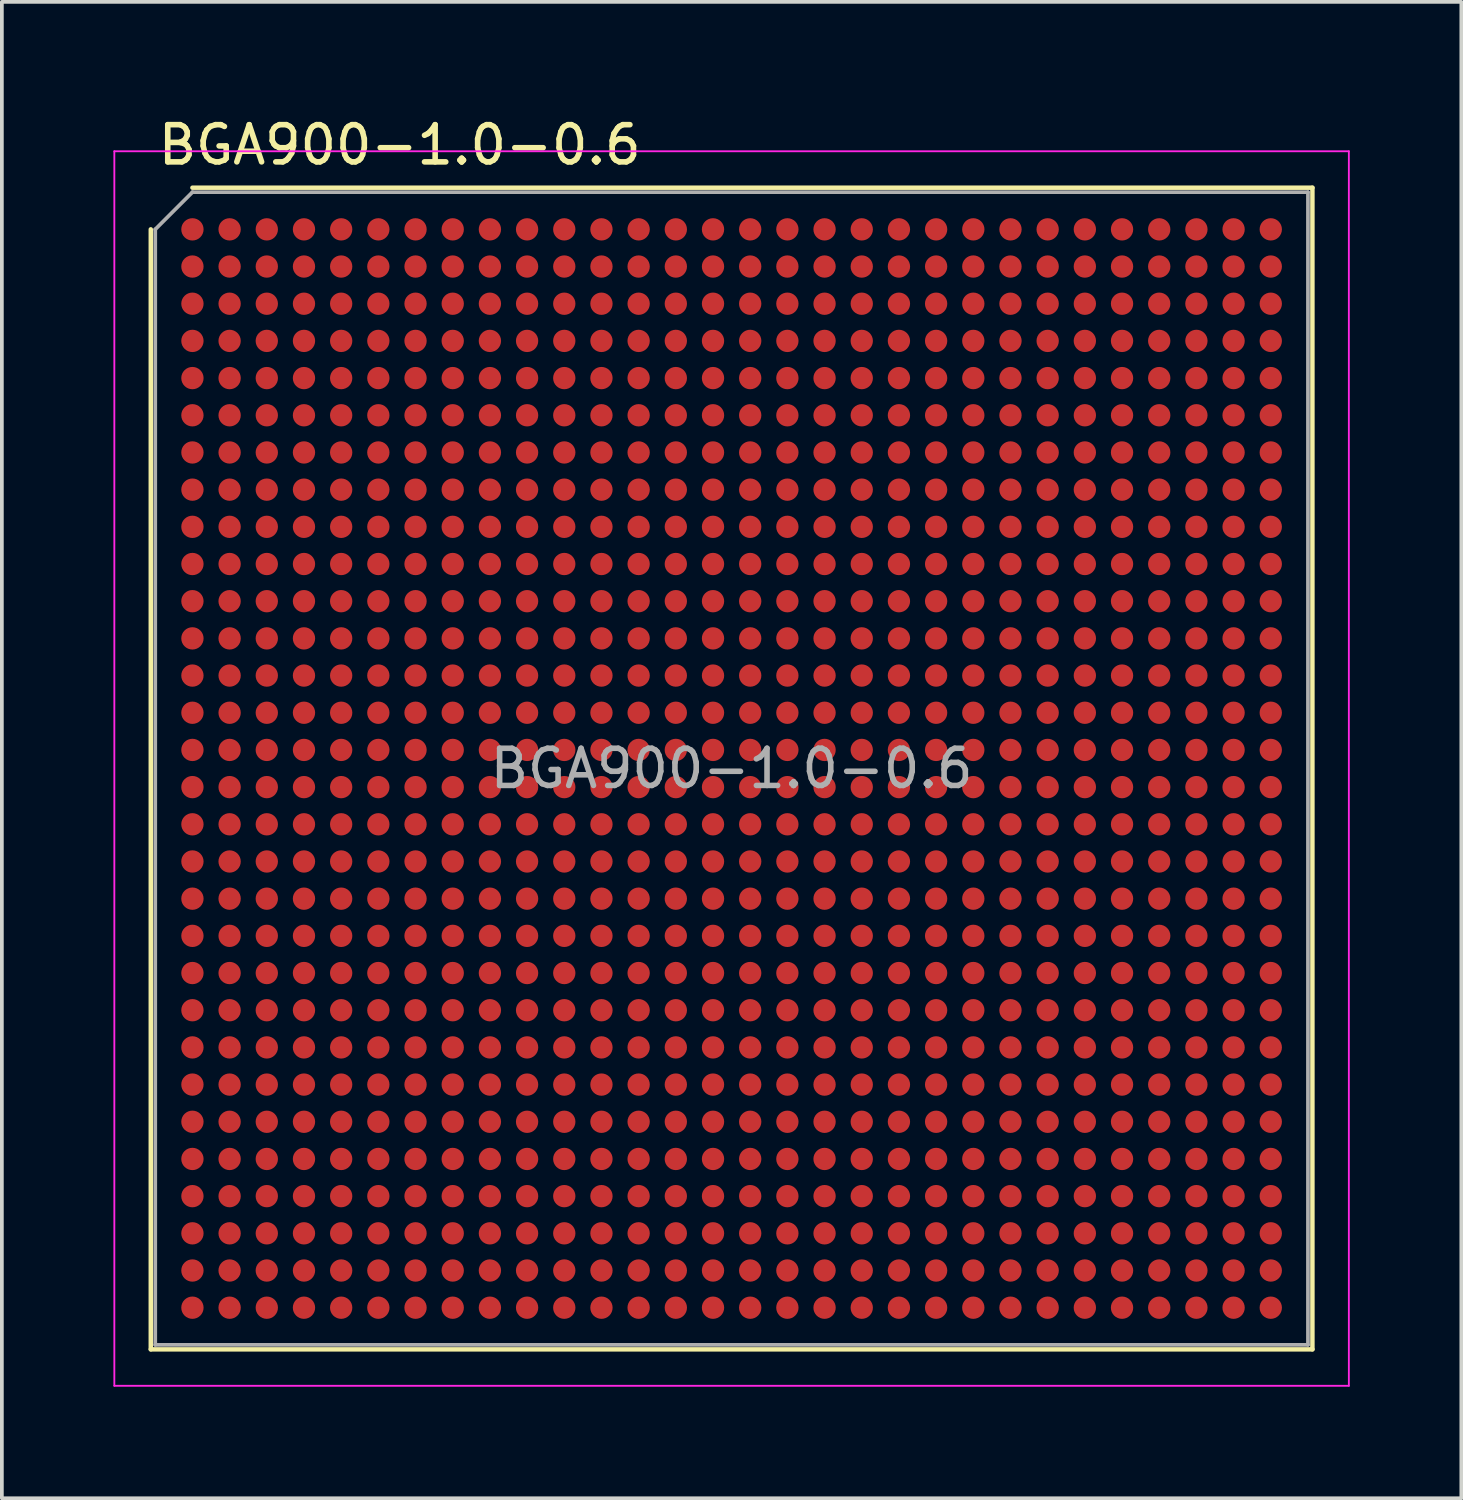
<source format=kicad_pcb>
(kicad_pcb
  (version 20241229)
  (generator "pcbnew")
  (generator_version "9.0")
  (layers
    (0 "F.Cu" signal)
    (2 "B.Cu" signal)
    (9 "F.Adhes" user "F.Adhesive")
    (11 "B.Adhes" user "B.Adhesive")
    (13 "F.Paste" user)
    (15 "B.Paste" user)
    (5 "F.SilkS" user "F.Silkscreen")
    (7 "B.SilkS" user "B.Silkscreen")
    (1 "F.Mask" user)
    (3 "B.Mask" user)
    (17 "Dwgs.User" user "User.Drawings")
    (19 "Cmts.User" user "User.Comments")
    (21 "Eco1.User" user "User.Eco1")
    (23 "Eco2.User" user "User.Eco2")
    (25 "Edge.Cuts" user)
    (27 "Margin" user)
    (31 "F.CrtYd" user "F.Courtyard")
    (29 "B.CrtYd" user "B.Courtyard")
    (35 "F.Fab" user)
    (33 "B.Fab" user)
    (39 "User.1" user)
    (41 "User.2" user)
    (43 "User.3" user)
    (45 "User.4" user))
  (footprint "BGA900-1.0-0.6"
    (layer "F.Cu")
    (at 16.625 17.618)
    (property "Reference" "BGA900-1.0-0.6" (at -15.5 -16.77 0) (layer "F.SilkS") (effects (font (size 1 1) (thickness 0.15)) (justify left)))
    (attr smd)
    (fp_line (start -15.62 -14.5) (end -15.62 15.62) (stroke (width 0.12) (type solid)) (layer "F.SilkS"))
    (fp_line (start -14.5 -15.62) (end 15.62 -15.62) (stroke (width 0.12) (type solid)) (layer "F.SilkS"))
    (fp_line (start 15.62 15.62) (end -15.62 15.62) (stroke (width 0.12) (type solid)) (layer "F.SilkS"))
    (fp_line (start 15.62 15.62) (end 15.62 -15.62) (stroke (width 0.12) (type solid)) (layer "F.SilkS"))
    (fp_line (start -16.6 -16.6) (end -16.6 16.6) (stroke (width 0.05) (type solid)) (layer "F.CrtYd"))
    (fp_line (start -16.6 -16.6) (end 16.6 -16.6) (stroke (width 0.05) (type solid)) (layer "F.CrtYd"))
    (fp_line (start 16.6 16.6) (end -16.6 16.6) (stroke (width 0.05) (type solid)) (layer "F.CrtYd"))
    (fp_line (start 16.6 16.6) (end 16.6 -16.6) (stroke (width 0.05) (type solid)) (layer "F.CrtYd"))
    (fp_line (start -15.5 -14.5) (end -15.5 15.5) (stroke (width 0.1) (type solid)) (layer "F.Fab"))
    (fp_line (start -14.5 -15.5) (end -15.5 -14.5) (stroke (width 0.1) (type solid)) (layer "F.Fab"))
    (fp_line (start -14.5 -15.5) (end 15.5 -15.5) (stroke (width 0.1) (type solid)) (layer "F.Fab"))
    (fp_line (start 15.5 15.5) (end -15.5 15.5) (stroke (width 0.1) (type solid)) (layer "F.Fab"))
    (fp_line (start 15.5 15.5) (end 15.5 -15.5) (stroke (width 0.1) (type solid)) (layer "F.Fab"))
    (fp_text user "${REFERENCE}" (at 0 0 0) (layer "F.Fab") (effects (font (size 1 1) (thickness 0.15))))
    (pad "A1" smd circle (at -14.5 -14.5) (size 0.6 0.6) (layers "F.Cu" "F.Mask" "F.Paste"))
    (pad "A2" smd circle (at -13.5 -14.5) (size 0.6 0.6) (layers "F.Cu" "F.Mask" "F.Paste"))
    (pad "A3" smd circle (at -12.5 -14.5) (size 0.6 0.6) (layers "F.Cu" "F.Mask" "F.Paste"))
    (pad "A4" smd circle (at -11.5 -14.5) (size 0.6 0.6) (layers "F.Cu" "F.Mask" "F.Paste"))
    (pad "A5" smd circle (at -10.5 -14.5) (size 0.6 0.6) (layers "F.Cu" "F.Mask" "F.Paste"))
    (pad "A6" smd circle (at -9.5 -14.5) (size 0.6 0.6) (layers "F.Cu" "F.Mask" "F.Paste"))
    (pad "A7" smd circle (at -8.5 -14.5) (size 0.6 0.6) (layers "F.Cu" "F.Mask" "F.Paste"))
    (pad "A8" smd circle (at -7.5 -14.5) (size 0.6 0.6) (layers "F.Cu" "F.Mask" "F.Paste"))
    (pad "A9" smd circle (at -6.5 -14.5) (size 0.6 0.6) (layers "F.Cu" "F.Mask" "F.Paste"))
    (pad "A10" smd circle (at -5.5 -14.5) (size 0.6 0.6) (layers "F.Cu" "F.Mask" "F.Paste"))
    (pad "A11" smd circle (at -4.5 -14.5) (size 0.6 0.6) (layers "F.Cu" "F.Mask" "F.Paste"))
    (pad "A12" smd circle (at -3.5 -14.5) (size 0.6 0.6) (layers "F.Cu" "F.Mask" "F.Paste"))
    (pad "A13" smd circle (at -2.5 -14.5) (size 0.6 0.6) (layers "F.Cu" "F.Mask" "F.Paste"))
    (pad "A14" smd circle (at -1.5 -14.5) (size 0.6 0.6) (layers "F.Cu" "F.Mask" "F.Paste"))
    (pad "A15" smd circle (at -0.5 -14.5) (size 0.6 0.6) (layers "F.Cu" "F.Mask" "F.Paste"))
    (pad "A16" smd circle (at 0.5 -14.5) (size 0.6 0.6) (layers "F.Cu" "F.Mask" "F.Paste"))
    (pad "A17" smd circle (at 1.5 -14.5) (size 0.6 0.6) (layers "F.Cu" "F.Mask" "F.Paste"))
    (pad "A18" smd circle (at 2.5 -14.5) (size 0.6 0.6) (layers "F.Cu" "F.Mask" "F.Paste"))
    (pad "A19" smd circle (at 3.5 -14.5) (size 0.6 0.6) (layers "F.Cu" "F.Mask" "F.Paste"))
    (pad "A20" smd circle (at 4.5 -14.5) (size 0.6 0.6) (layers "F.Cu" "F.Mask" "F.Paste"))
    (pad "A21" smd circle (at 5.5 -14.5) (size 0.6 0.6) (layers "F.Cu" "F.Mask" "F.Paste"))
    (pad "A22" smd circle (at 6.5 -14.5) (size 0.6 0.6) (layers "F.Cu" "F.Mask" "F.Paste"))
    (pad "A23" smd circle (at 7.5 -14.5) (size 0.6 0.6) (layers "F.Cu" "F.Mask" "F.Paste"))
    (pad "A24" smd circle (at 8.5 -14.5) (size 0.6 0.6) (layers "F.Cu" "F.Mask" "F.Paste"))
    (pad "A25" smd circle (at 9.5 -14.5) (size 0.6 0.6) (layers "F.Cu" "F.Mask" "F.Paste"))
    (pad "A26" smd circle (at 10.5 -14.5) (size 0.6 0.6) (layers "F.Cu" "F.Mask" "F.Paste"))
    (pad "A27" smd circle (at 11.5 -14.5) (size 0.6 0.6) (layers "F.Cu" "F.Mask" "F.Paste"))
    (pad "A28" smd circle (at 12.5 -14.5) (size 0.6 0.6) (layers "F.Cu" "F.Mask" "F.Paste"))
    (pad "A29" smd circle (at 13.5 -14.5) (size 0.6 0.6) (layers "F.Cu" "F.Mask" "F.Paste"))
    (pad "A30" smd circle (at 14.5 -14.5) (size 0.6 0.6) (layers "F.Cu" "F.Mask" "F.Paste"))
    (pad "AA1" smd circle (at -14.5 5.5) (size 0.6 0.6) (layers "F.Cu" "F.Mask" "F.Paste"))
    (pad "AA2" smd circle (at -13.5 5.5) (size 0.6 0.6) (layers "F.Cu" "F.Mask" "F.Paste"))
    (pad "AA3" smd circle (at -12.5 5.5) (size 0.6 0.6) (layers "F.Cu" "F.Mask" "F.Paste"))
    (pad "AA4" smd circle (at -11.5 5.5) (size 0.6 0.6) (layers "F.Cu" "F.Mask" "F.Paste"))
    (pad "AA5" smd circle (at -10.5 5.5) (size 0.6 0.6) (layers "F.Cu" "F.Mask" "F.Paste"))
    (pad "AA6" smd circle (at -9.5 5.5) (size 0.6 0.6) (layers "F.Cu" "F.Mask" "F.Paste"))
    (pad "AA7" smd circle (at -8.5 5.5) (size 0.6 0.6) (layers "F.Cu" "F.Mask" "F.Paste"))
    (pad "AA8" smd circle (at -7.5 5.5) (size 0.6 0.6) (layers "F.Cu" "F.Mask" "F.Paste"))
    (pad "AA9" smd circle (at -6.5 5.5) (size 0.6 0.6) (layers "F.Cu" "F.Mask" "F.Paste"))
    (pad "AA10" smd circle (at -5.5 5.5) (size 0.6 0.6) (layers "F.Cu" "F.Mask" "F.Paste"))
    (pad "AA11" smd circle (at -4.5 5.5) (size 0.6 0.6) (layers "F.Cu" "F.Mask" "F.Paste"))
    (pad "AA12" smd circle (at -3.5 5.5) (size 0.6 0.6) (layers "F.Cu" "F.Mask" "F.Paste"))
    (pad "AA13" smd circle (at -2.5 5.5) (size 0.6 0.6) (layers "F.Cu" "F.Mask" "F.Paste"))
    (pad "AA14" smd circle (at -1.5 5.5) (size 0.6 0.6) (layers "F.Cu" "F.Mask" "F.Paste"))
    (pad "AA15" smd circle (at -0.5 5.5) (size 0.6 0.6) (layers "F.Cu" "F.Mask" "F.Paste"))
    (pad "AA16" smd circle (at 0.5 5.5) (size 0.6 0.6) (layers "F.Cu" "F.Mask" "F.Paste"))
    (pad "AA17" smd circle (at 1.5 5.5) (size 0.6 0.6) (layers "F.Cu" "F.Mask" "F.Paste"))
    (pad "AA18" smd circle (at 2.5 5.5) (size 0.6 0.6) (layers "F.Cu" "F.Mask" "F.Paste"))
    (pad "AA19" smd circle (at 3.5 5.5) (size 0.6 0.6) (layers "F.Cu" "F.Mask" "F.Paste"))
    (pad "AA20" smd circle (at 4.5 5.5) (size 0.6 0.6) (layers "F.Cu" "F.Mask" "F.Paste"))
    (pad "AA21" smd circle (at 5.5 5.5) (size 0.6 0.6) (layers "F.Cu" "F.Mask" "F.Paste"))
    (pad "AA22" smd circle (at 6.5 5.5) (size 0.6 0.6) (layers "F.Cu" "F.Mask" "F.Paste"))
    (pad "AA23" smd circle (at 7.5 5.5) (size 0.6 0.6) (layers "F.Cu" "F.Mask" "F.Paste"))
    (pad "AA24" smd circle (at 8.5 5.5) (size 0.6 0.6) (layers "F.Cu" "F.Mask" "F.Paste"))
    (pad "AA25" smd circle (at 9.5 5.5) (size 0.6 0.6) (layers "F.Cu" "F.Mask" "F.Paste"))
    (pad "AA26" smd circle (at 10.5 5.5) (size 0.6 0.6) (layers "F.Cu" "F.Mask" "F.Paste"))
    (pad "AA27" smd circle (at 11.5 5.5) (size 0.6 0.6) (layers "F.Cu" "F.Mask" "F.Paste"))
    (pad "AA28" smd circle (at 12.5 5.5) (size 0.6 0.6) (layers "F.Cu" "F.Mask" "F.Paste"))
    (pad "AA29" smd circle (at 13.5 5.5) (size 0.6 0.6) (layers "F.Cu" "F.Mask" "F.Paste"))
    (pad "AA30" smd circle (at 14.5 5.5) (size 0.6 0.6) (layers "F.Cu" "F.Mask" "F.Paste"))
    (pad "AB1" smd circle (at -14.5 6.5) (size 0.6 0.6) (layers "F.Cu" "F.Mask" "F.Paste"))
    (pad "AB2" smd circle (at -13.5 6.5) (size 0.6 0.6) (layers "F.Cu" "F.Mask" "F.Paste"))
    (pad "AB3" smd circle (at -12.5 6.5) (size 0.6 0.6) (layers "F.Cu" "F.Mask" "F.Paste"))
    (pad "AB4" smd circle (at -11.5 6.5) (size 0.6 0.6) (layers "F.Cu" "F.Mask" "F.Paste"))
    (pad "AB5" smd circle (at -10.5 6.5) (size 0.6 0.6) (layers "F.Cu" "F.Mask" "F.Paste"))
    (pad "AB6" smd circle (at -9.5 6.5) (size 0.6 0.6) (layers "F.Cu" "F.Mask" "F.Paste"))
    (pad "AB7" smd circle (at -8.5 6.5) (size 0.6 0.6) (layers "F.Cu" "F.Mask" "F.Paste"))
    (pad "AB8" smd circle (at -7.5 6.5) (size 0.6 0.6) (layers "F.Cu" "F.Mask" "F.Paste"))
    (pad "AB9" smd circle (at -6.5 6.5) (size 0.6 0.6) (layers "F.Cu" "F.Mask" "F.Paste"))
    (pad "AB10" smd circle (at -5.5 6.5) (size 0.6 0.6) (layers "F.Cu" "F.Mask" "F.Paste"))
    (pad "AB11" smd circle (at -4.5 6.5) (size 0.6 0.6) (layers "F.Cu" "F.Mask" "F.Paste"))
    (pad "AB12" smd circle (at -3.5 6.5) (size 0.6 0.6) (layers "F.Cu" "F.Mask" "F.Paste"))
    (pad "AB13" smd circle (at -2.5 6.5) (size 0.6 0.6) (layers "F.Cu" "F.Mask" "F.Paste"))
    (pad "AB14" smd circle (at -1.5 6.5) (size 0.6 0.6) (layers "F.Cu" "F.Mask" "F.Paste"))
    (pad "AB15" smd circle (at -0.5 6.5) (size 0.6 0.6) (layers "F.Cu" "F.Mask" "F.Paste"))
    (pad "AB16" smd circle (at 0.5 6.5) (size 0.6 0.6) (layers "F.Cu" "F.Mask" "F.Paste"))
    (pad "AB17" smd circle (at 1.5 6.5) (size 0.6 0.6) (layers "F.Cu" "F.Mask" "F.Paste"))
    (pad "AB18" smd circle (at 2.5 6.5) (size 0.6 0.6) (layers "F.Cu" "F.Mask" "F.Paste"))
    (pad "AB19" smd circle (at 3.5 6.5) (size 0.6 0.6) (layers "F.Cu" "F.Mask" "F.Paste"))
    (pad "AB20" smd circle (at 4.5 6.5) (size 0.6 0.6) (layers "F.Cu" "F.Mask" "F.Paste"))
    (pad "AB21" smd circle (at 5.5 6.5) (size 0.6 0.6) (layers "F.Cu" "F.Mask" "F.Paste"))
    (pad "AB22" smd circle (at 6.5 6.5) (size 0.6 0.6) (layers "F.Cu" "F.Mask" "F.Paste"))
    (pad "AB23" smd circle (at 7.5 6.5) (size 0.6 0.6) (layers "F.Cu" "F.Mask" "F.Paste"))
    (pad "AB24" smd circle (at 8.5 6.5) (size 0.6 0.6) (layers "F.Cu" "F.Mask" "F.Paste"))
    (pad "AB25" smd circle (at 9.5 6.5) (size 0.6 0.6) (layers "F.Cu" "F.Mask" "F.Paste"))
    (pad "AB26" smd circle (at 10.5 6.5) (size 0.6 0.6) (layers "F.Cu" "F.Mask" "F.Paste"))
    (pad "AB27" smd circle (at 11.5 6.5) (size 0.6 0.6) (layers "F.Cu" "F.Mask" "F.Paste"))
    (pad "AB28" smd circle (at 12.5 6.5) (size 0.6 0.6) (layers "F.Cu" "F.Mask" "F.Paste"))
    (pad "AB29" smd circle (at 13.5 6.5) (size 0.6 0.6) (layers "F.Cu" "F.Mask" "F.Paste"))
    (pad "AB30" smd circle (at 14.5 6.5) (size 0.6 0.6) (layers "F.Cu" "F.Mask" "F.Paste"))
    (pad "AC1" smd circle (at -14.5 7.5) (size 0.6 0.6) (layers "F.Cu" "F.Mask" "F.Paste"))
    (pad "AC2" smd circle (at -13.5 7.5) (size 0.6 0.6) (layers "F.Cu" "F.Mask" "F.Paste"))
    (pad "AC3" smd circle (at -12.5 7.5) (size 0.6 0.6) (layers "F.Cu" "F.Mask" "F.Paste"))
    (pad "AC4" smd circle (at -11.5 7.5) (size 0.6 0.6) (layers "F.Cu" "F.Mask" "F.Paste"))
    (pad "AC5" smd circle (at -10.5 7.5) (size 0.6 0.6) (layers "F.Cu" "F.Mask" "F.Paste"))
    (pad "AC6" smd circle (at -9.5 7.5) (size 0.6 0.6) (layers "F.Cu" "F.Mask" "F.Paste"))
    (pad "AC7" smd circle (at -8.5 7.5) (size 0.6 0.6) (layers "F.Cu" "F.Mask" "F.Paste"))
    (pad "AC8" smd circle (at -7.5 7.5) (size 0.6 0.6) (layers "F.Cu" "F.Mask" "F.Paste"))
    (pad "AC9" smd circle (at -6.5 7.5) (size 0.6 0.6) (layers "F.Cu" "F.Mask" "F.Paste"))
    (pad "AC10" smd circle (at -5.5 7.5) (size 0.6 0.6) (layers "F.Cu" "F.Mask" "F.Paste"))
    (pad "AC11" smd circle (at -4.5 7.5) (size 0.6 0.6) (layers "F.Cu" "F.Mask" "F.Paste"))
    (pad "AC12" smd circle (at -3.5 7.5) (size 0.6 0.6) (layers "F.Cu" "F.Mask" "F.Paste"))
    (pad "AC13" smd circle (at -2.5 7.5) (size 0.6 0.6) (layers "F.Cu" "F.Mask" "F.Paste"))
    (pad "AC14" smd circle (at -1.5 7.5) (size 0.6 0.6) (layers "F.Cu" "F.Mask" "F.Paste"))
    (pad "AC15" smd circle (at -0.5 7.5) (size 0.6 0.6) (layers "F.Cu" "F.Mask" "F.Paste"))
    (pad "AC16" smd circle (at 0.5 7.5) (size 0.6 0.6) (layers "F.Cu" "F.Mask" "F.Paste"))
    (pad "AC17" smd circle (at 1.5 7.5) (size 0.6 0.6) (layers "F.Cu" "F.Mask" "F.Paste"))
    (pad "AC18" smd circle (at 2.5 7.5) (size 0.6 0.6) (layers "F.Cu" "F.Mask" "F.Paste"))
    (pad "AC19" smd circle (at 3.5 7.5) (size 0.6 0.6) (layers "F.Cu" "F.Mask" "F.Paste"))
    (pad "AC20" smd circle (at 4.5 7.5) (size 0.6 0.6) (layers "F.Cu" "F.Mask" "F.Paste"))
    (pad "AC21" smd circle (at 5.5 7.5) (size 0.6 0.6) (layers "F.Cu" "F.Mask" "F.Paste"))
    (pad "AC22" smd circle (at 6.5 7.5) (size 0.6 0.6) (layers "F.Cu" "F.Mask" "F.Paste"))
    (pad "AC23" smd circle (at 7.5 7.5) (size 0.6 0.6) (layers "F.Cu" "F.Mask" "F.Paste"))
    (pad "AC24" smd circle (at 8.5 7.5) (size 0.6 0.6) (layers "F.Cu" "F.Mask" "F.Paste"))
    (pad "AC25" smd circle (at 9.5 7.5) (size 0.6 0.6) (layers "F.Cu" "F.Mask" "F.Paste"))
    (pad "AC26" smd circle (at 10.5 7.5) (size 0.6 0.6) (layers "F.Cu" "F.Mask" "F.Paste"))
    (pad "AC27" smd circle (at 11.5 7.5) (size 0.6 0.6) (layers "F.Cu" "F.Mask" "F.Paste"))
    (pad "AC28" smd circle (at 12.5 7.5) (size 0.6 0.6) (layers "F.Cu" "F.Mask" "F.Paste"))
    (pad "AC29" smd circle (at 13.5 7.5) (size 0.6 0.6) (layers "F.Cu" "F.Mask" "F.Paste"))
    (pad "AC30" smd circle (at 14.5 7.5) (size 0.6 0.6) (layers "F.Cu" "F.Mask" "F.Paste"))
    (pad "AD1" smd circle (at -14.5 8.5) (size 0.6 0.6) (layers "F.Cu" "F.Mask" "F.Paste"))
    (pad "AD2" smd circle (at -13.5 8.5) (size 0.6 0.6) (layers "F.Cu" "F.Mask" "F.Paste"))
    (pad "AD3" smd circle (at -12.5 8.5) (size 0.6 0.6) (layers "F.Cu" "F.Mask" "F.Paste"))
    (pad "AD4" smd circle (at -11.5 8.5) (size 0.6 0.6) (layers "F.Cu" "F.Mask" "F.Paste"))
    (pad "AD5" smd circle (at -10.5 8.5) (size 0.6 0.6) (layers "F.Cu" "F.Mask" "F.Paste"))
    (pad "AD6" smd circle (at -9.5 8.5) (size 0.6 0.6) (layers "F.Cu" "F.Mask" "F.Paste"))
    (pad "AD7" smd circle (at -8.5 8.5) (size 0.6 0.6) (layers "F.Cu" "F.Mask" "F.Paste"))
    (pad "AD8" smd circle (at -7.5 8.5) (size 0.6 0.6) (layers "F.Cu" "F.Mask" "F.Paste"))
    (pad "AD9" smd circle (at -6.5 8.5) (size 0.6 0.6) (layers "F.Cu" "F.Mask" "F.Paste"))
    (pad "AD10" smd circle (at -5.5 8.5) (size 0.6 0.6) (layers "F.Cu" "F.Mask" "F.Paste"))
    (pad "AD11" smd circle (at -4.5 8.5) (size 0.6 0.6) (layers "F.Cu" "F.Mask" "F.Paste"))
    (pad "AD12" smd circle (at -3.5 8.5) (size 0.6 0.6) (layers "F.Cu" "F.Mask" "F.Paste"))
    (pad "AD13" smd circle (at -2.5 8.5) (size 0.6 0.6) (layers "F.Cu" "F.Mask" "F.Paste"))
    (pad "AD14" smd circle (at -1.5 8.5) (size 0.6 0.6) (layers "F.Cu" "F.Mask" "F.Paste"))
    (pad "AD15" smd circle (at -0.5 8.5) (size 0.6 0.6) (layers "F.Cu" "F.Mask" "F.Paste"))
    (pad "AD16" smd circle (at 0.5 8.5) (size 0.6 0.6) (layers "F.Cu" "F.Mask" "F.Paste"))
    (pad "AD17" smd circle (at 1.5 8.5) (size 0.6 0.6) (layers "F.Cu" "F.Mask" "F.Paste"))
    (pad "AD18" smd circle (at 2.5 8.5) (size 0.6 0.6) (layers "F.Cu" "F.Mask" "F.Paste"))
    (pad "AD19" smd circle (at 3.5 8.5) (size 0.6 0.6) (layers "F.Cu" "F.Mask" "F.Paste"))
    (pad "AD20" smd circle (at 4.5 8.5) (size 0.6 0.6) (layers "F.Cu" "F.Mask" "F.Paste"))
    (pad "AD21" smd circle (at 5.5 8.5) (size 0.6 0.6) (layers "F.Cu" "F.Mask" "F.Paste"))
    (pad "AD22" smd circle (at 6.5 8.5) (size 0.6 0.6) (layers "F.Cu" "F.Mask" "F.Paste"))
    (pad "AD23" smd circle (at 7.5 8.5) (size 0.6 0.6) (layers "F.Cu" "F.Mask" "F.Paste"))
    (pad "AD24" smd circle (at 8.5 8.5) (size 0.6 0.6) (layers "F.Cu" "F.Mask" "F.Paste"))
    (pad "AD25" smd circle (at 9.5 8.5) (size 0.6 0.6) (layers "F.Cu" "F.Mask" "F.Paste"))
    (pad "AD26" smd circle (at 10.5 8.5) (size 0.6 0.6) (layers "F.Cu" "F.Mask" "F.Paste"))
    (pad "AD27" smd circle (at 11.5 8.5) (size 0.6 0.6) (layers "F.Cu" "F.Mask" "F.Paste"))
    (pad "AD28" smd circle (at 12.5 8.5) (size 0.6 0.6) (layers "F.Cu" "F.Mask" "F.Paste"))
    (pad "AD29" smd circle (at 13.5 8.5) (size 0.6 0.6) (layers "F.Cu" "F.Mask" "F.Paste"))
    (pad "AD30" smd circle (at 14.5 8.5) (size 0.6 0.6) (layers "F.Cu" "F.Mask" "F.Paste"))
    (pad "AE1" smd circle (at -14.5 9.5) (size 0.6 0.6) (layers "F.Cu" "F.Mask" "F.Paste"))
    (pad "AE2" smd circle (at -13.5 9.5) (size 0.6 0.6) (layers "F.Cu" "F.Mask" "F.Paste"))
    (pad "AE3" smd circle (at -12.5 9.5) (size 0.6 0.6) (layers "F.Cu" "F.Mask" "F.Paste"))
    (pad "AE4" smd circle (at -11.5 9.5) (size 0.6 0.6) (layers "F.Cu" "F.Mask" "F.Paste"))
    (pad "AE5" smd circle (at -10.5 9.5) (size 0.6 0.6) (layers "F.Cu" "F.Mask" "F.Paste"))
    (pad "AE6" smd circle (at -9.5 9.5) (size 0.6 0.6) (layers "F.Cu" "F.Mask" "F.Paste"))
    (pad "AE7" smd circle (at -8.5 9.5) (size 0.6 0.6) (layers "F.Cu" "F.Mask" "F.Paste"))
    (pad "AE8" smd circle (at -7.5 9.5) (size 0.6 0.6) (layers "F.Cu" "F.Mask" "F.Paste"))
    (pad "AE9" smd circle (at -6.5 9.5) (size 0.6 0.6) (layers "F.Cu" "F.Mask" "F.Paste"))
    (pad "AE10" smd circle (at -5.5 9.5) (size 0.6 0.6) (layers "F.Cu" "F.Mask" "F.Paste"))
    (pad "AE11" smd circle (at -4.5 9.5) (size 0.6 0.6) (layers "F.Cu" "F.Mask" "F.Paste"))
    (pad "AE12" smd circle (at -3.5 9.5) (size 0.6 0.6) (layers "F.Cu" "F.Mask" "F.Paste"))
    (pad "AE13" smd circle (at -2.5 9.5) (size 0.6 0.6) (layers "F.Cu" "F.Mask" "F.Paste"))
    (pad "AE14" smd circle (at -1.5 9.5) (size 0.6 0.6) (layers "F.Cu" "F.Mask" "F.Paste"))
    (pad "AE15" smd circle (at -0.5 9.5) (size 0.6 0.6) (layers "F.Cu" "F.Mask" "F.Paste"))
    (pad "AE16" smd circle (at 0.5 9.5) (size 0.6 0.6) (layers "F.Cu" "F.Mask" "F.Paste"))
    (pad "AE17" smd circle (at 1.5 9.5) (size 0.6 0.6) (layers "F.Cu" "F.Mask" "F.Paste"))
    (pad "AE18" smd circle (at 2.5 9.5) (size 0.6 0.6) (layers "F.Cu" "F.Mask" "F.Paste"))
    (pad "AE19" smd circle (at 3.5 9.5) (size 0.6 0.6) (layers "F.Cu" "F.Mask" "F.Paste"))
    (pad "AE20" smd circle (at 4.5 9.5) (size 0.6 0.6) (layers "F.Cu" "F.Mask" "F.Paste"))
    (pad "AE21" smd circle (at 5.5 9.5) (size 0.6 0.6) (layers "F.Cu" "F.Mask" "F.Paste"))
    (pad "AE22" smd circle (at 6.5 9.5) (size 0.6 0.6) (layers "F.Cu" "F.Mask" "F.Paste"))
    (pad "AE23" smd circle (at 7.5 9.5) (size 0.6 0.6) (layers "F.Cu" "F.Mask" "F.Paste"))
    (pad "AE24" smd circle (at 8.5 9.5) (size 0.6 0.6) (layers "F.Cu" "F.Mask" "F.Paste"))
    (pad "AE25" smd circle (at 9.5 9.5) (size 0.6 0.6) (layers "F.Cu" "F.Mask" "F.Paste"))
    (pad "AE26" smd circle (at 10.5 9.5) (size 0.6 0.6) (layers "F.Cu" "F.Mask" "F.Paste"))
    (pad "AE27" smd circle (at 11.5 9.5) (size 0.6 0.6) (layers "F.Cu" "F.Mask" "F.Paste"))
    (pad "AE28" smd circle (at 12.5 9.5) (size 0.6 0.6) (layers "F.Cu" "F.Mask" "F.Paste"))
    (pad "AE29" smd circle (at 13.5 9.5) (size 0.6 0.6) (layers "F.Cu" "F.Mask" "F.Paste"))
    (pad "AE30" smd circle (at 14.5 9.5) (size 0.6 0.6) (layers "F.Cu" "F.Mask" "F.Paste"))
    (pad "AF1" smd circle (at -14.5 10.5) (size 0.6 0.6) (layers "F.Cu" "F.Mask" "F.Paste"))
    (pad "AF2" smd circle (at -13.5 10.5) (size 0.6 0.6) (layers "F.Cu" "F.Mask" "F.Paste"))
    (pad "AF3" smd circle (at -12.5 10.5) (size 0.6 0.6) (layers "F.Cu" "F.Mask" "F.Paste"))
    (pad "AF4" smd circle (at -11.5 10.5) (size 0.6 0.6) (layers "F.Cu" "F.Mask" "F.Paste"))
    (pad "AF5" smd circle (at -10.5 10.5) (size 0.6 0.6) (layers "F.Cu" "F.Mask" "F.Paste"))
    (pad "AF6" smd circle (at -9.5 10.5) (size 0.6 0.6) (layers "F.Cu" "F.Mask" "F.Paste"))
    (pad "AF7" smd circle (at -8.5 10.5) (size 0.6 0.6) (layers "F.Cu" "F.Mask" "F.Paste"))
    (pad "AF8" smd circle (at -7.5 10.5) (size 0.6 0.6) (layers "F.Cu" "F.Mask" "F.Paste"))
    (pad "AF9" smd circle (at -6.5 10.5) (size 0.6 0.6) (layers "F.Cu" "F.Mask" "F.Paste"))
    (pad "AF10" smd circle (at -5.5 10.5) (size 0.6 0.6) (layers "F.Cu" "F.Mask" "F.Paste"))
    (pad "AF11" smd circle (at -4.5 10.5) (size 0.6 0.6) (layers "F.Cu" "F.Mask" "F.Paste"))
    (pad "AF12" smd circle (at -3.5 10.5) (size 0.6 0.6) (layers "F.Cu" "F.Mask" "F.Paste"))
    (pad "AF13" smd circle (at -2.5 10.5) (size 0.6 0.6) (layers "F.Cu" "F.Mask" "F.Paste"))
    (pad "AF14" smd circle (at -1.5 10.5) (size 0.6 0.6) (layers "F.Cu" "F.Mask" "F.Paste"))
    (pad "AF15" smd circle (at -0.5 10.5) (size 0.6 0.6) (layers "F.Cu" "F.Mask" "F.Paste"))
    (pad "AF16" smd circle (at 0.5 10.5) (size 0.6 0.6) (layers "F.Cu" "F.Mask" "F.Paste"))
    (pad "AF17" smd circle (at 1.5 10.5) (size 0.6 0.6) (layers "F.Cu" "F.Mask" "F.Paste"))
    (pad "AF18" smd circle (at 2.5 10.5) (size 0.6 0.6) (layers "F.Cu" "F.Mask" "F.Paste"))
    (pad "AF19" smd circle (at 3.5 10.5) (size 0.6 0.6) (layers "F.Cu" "F.Mask" "F.Paste"))
    (pad "AF20" smd circle (at 4.5 10.5) (size 0.6 0.6) (layers "F.Cu" "F.Mask" "F.Paste"))
    (pad "AF21" smd circle (at 5.5 10.5) (size 0.6 0.6) (layers "F.Cu" "F.Mask" "F.Paste"))
    (pad "AF22" smd circle (at 6.5 10.5) (size 0.6 0.6) (layers "F.Cu" "F.Mask" "F.Paste"))
    (pad "AF23" smd circle (at 7.5 10.5) (size 0.6 0.6) (layers "F.Cu" "F.Mask" "F.Paste"))
    (pad "AF24" smd circle (at 8.5 10.5) (size 0.6 0.6) (layers "F.Cu" "F.Mask" "F.Paste"))
    (pad "AF25" smd circle (at 9.5 10.5) (size 0.6 0.6) (layers "F.Cu" "F.Mask" "F.Paste"))
    (pad "AF26" smd circle (at 10.5 10.5) (size 0.6 0.6) (layers "F.Cu" "F.Mask" "F.Paste"))
    (pad "AF27" smd circle (at 11.5 10.5) (size 0.6 0.6) (layers "F.Cu" "F.Mask" "F.Paste"))
    (pad "AF28" smd circle (at 12.5 10.5) (size 0.6 0.6) (layers "F.Cu" "F.Mask" "F.Paste"))
    (pad "AF29" smd circle (at 13.5 10.5) (size 0.6 0.6) (layers "F.Cu" "F.Mask" "F.Paste"))
    (pad "AF30" smd circle (at 14.5 10.5) (size 0.6 0.6) (layers "F.Cu" "F.Mask" "F.Paste"))
    (pad "AG1" smd circle (at -14.5 11.5) (size 0.6 0.6) (layers "F.Cu" "F.Mask" "F.Paste"))
    (pad "AG2" smd circle (at -13.5 11.5) (size 0.6 0.6) (layers "F.Cu" "F.Mask" "F.Paste"))
    (pad "AG3" smd circle (at -12.5 11.5) (size 0.6 0.6) (layers "F.Cu" "F.Mask" "F.Paste"))
    (pad "AG4" smd circle (at -11.5 11.5) (size 0.6 0.6) (layers "F.Cu" "F.Mask" "F.Paste"))
    (pad "AG5" smd circle (at -10.5 11.5) (size 0.6 0.6) (layers "F.Cu" "F.Mask" "F.Paste"))
    (pad "AG6" smd circle (at -9.5 11.5) (size 0.6 0.6) (layers "F.Cu" "F.Mask" "F.Paste"))
    (pad "AG7" smd circle (at -8.5 11.5) (size 0.6 0.6) (layers "F.Cu" "F.Mask" "F.Paste"))
    (pad "AG8" smd circle (at -7.5 11.5) (size 0.6 0.6) (layers "F.Cu" "F.Mask" "F.Paste"))
    (pad "AG9" smd circle (at -6.5 11.5) (size 0.6 0.6) (layers "F.Cu" "F.Mask" "F.Paste"))
    (pad "AG10" smd circle (at -5.5 11.5) (size 0.6 0.6) (layers "F.Cu" "F.Mask" "F.Paste"))
    (pad "AG11" smd circle (at -4.5 11.5) (size 0.6 0.6) (layers "F.Cu" "F.Mask" "F.Paste"))
    (pad "AG12" smd circle (at -3.5 11.5) (size 0.6 0.6) (layers "F.Cu" "F.Mask" "F.Paste"))
    (pad "AG13" smd circle (at -2.5 11.5) (size 0.6 0.6) (layers "F.Cu" "F.Mask" "F.Paste"))
    (pad "AG14" smd circle (at -1.5 11.5) (size 0.6 0.6) (layers "F.Cu" "F.Mask" "F.Paste"))
    (pad "AG15" smd circle (at -0.5 11.5) (size 0.6 0.6) (layers "F.Cu" "F.Mask" "F.Paste"))
    (pad "AG16" smd circle (at 0.5 11.5) (size 0.6 0.6) (layers "F.Cu" "F.Mask" "F.Paste"))
    (pad "AG17" smd circle (at 1.5 11.5) (size 0.6 0.6) (layers "F.Cu" "F.Mask" "F.Paste"))
    (pad "AG18" smd circle (at 2.5 11.5) (size 0.6 0.6) (layers "F.Cu" "F.Mask" "F.Paste"))
    (pad "AG19" smd circle (at 3.5 11.5) (size 0.6 0.6) (layers "F.Cu" "F.Mask" "F.Paste"))
    (pad "AG20" smd circle (at 4.5 11.5) (size 0.6 0.6) (layers "F.Cu" "F.Mask" "F.Paste"))
    (pad "AG21" smd circle (at 5.5 11.5) (size 0.6 0.6) (layers "F.Cu" "F.Mask" "F.Paste"))
    (pad "AG22" smd circle (at 6.5 11.5) (size 0.6 0.6) (layers "F.Cu" "F.Mask" "F.Paste"))
    (pad "AG23" smd circle (at 7.5 11.5) (size 0.6 0.6) (layers "F.Cu" "F.Mask" "F.Paste"))
    (pad "AG24" smd circle (at 8.5 11.5) (size 0.6 0.6) (layers "F.Cu" "F.Mask" "F.Paste"))
    (pad "AG25" smd circle (at 9.5 11.5) (size 0.6 0.6) (layers "F.Cu" "F.Mask" "F.Paste"))
    (pad "AG26" smd circle (at 10.5 11.5) (size 0.6 0.6) (layers "F.Cu" "F.Mask" "F.Paste"))
    (pad "AG27" smd circle (at 11.5 11.5) (size 0.6 0.6) (layers "F.Cu" "F.Mask" "F.Paste"))
    (pad "AG28" smd circle (at 12.5 11.5) (size 0.6 0.6) (layers "F.Cu" "F.Mask" "F.Paste"))
    (pad "AG29" smd circle (at 13.5 11.5) (size 0.6 0.6) (layers "F.Cu" "F.Mask" "F.Paste"))
    (pad "AG30" smd circle (at 14.5 11.5) (size 0.6 0.6) (layers "F.Cu" "F.Mask" "F.Paste"))
    (pad "AH1" smd circle (at -14.5 12.5) (size 0.6 0.6) (layers "F.Cu" "F.Mask" "F.Paste"))
    (pad "AH2" smd circle (at -13.5 12.5) (size 0.6 0.6) (layers "F.Cu" "F.Mask" "F.Paste"))
    (pad "AH3" smd circle (at -12.5 12.5) (size 0.6 0.6) (layers "F.Cu" "F.Mask" "F.Paste"))
    (pad "AH4" smd circle (at -11.5 12.5) (size 0.6 0.6) (layers "F.Cu" "F.Mask" "F.Paste"))
    (pad "AH5" smd circle (at -10.5 12.5) (size 0.6 0.6) (layers "F.Cu" "F.Mask" "F.Paste"))
    (pad "AH6" smd circle (at -9.5 12.5) (size 0.6 0.6) (layers "F.Cu" "F.Mask" "F.Paste"))
    (pad "AH7" smd circle (at -8.5 12.5) (size 0.6 0.6) (layers "F.Cu" "F.Mask" "F.Paste"))
    (pad "AH8" smd circle (at -7.5 12.5) (size 0.6 0.6) (layers "F.Cu" "F.Mask" "F.Paste"))
    (pad "AH9" smd circle (at -6.5 12.5) (size 0.6 0.6) (layers "F.Cu" "F.Mask" "F.Paste"))
    (pad "AH10" smd circle (at -5.5 12.5) (size 0.6 0.6) (layers "F.Cu" "F.Mask" "F.Paste"))
    (pad "AH11" smd circle (at -4.5 12.5) (size 0.6 0.6) (layers "F.Cu" "F.Mask" "F.Paste"))
    (pad "AH12" smd circle (at -3.5 12.5) (size 0.6 0.6) (layers "F.Cu" "F.Mask" "F.Paste"))
    (pad "AH13" smd circle (at -2.5 12.5) (size 0.6 0.6) (layers "F.Cu" "F.Mask" "F.Paste"))
    (pad "AH14" smd circle (at -1.5 12.5) (size 0.6 0.6) (layers "F.Cu" "F.Mask" "F.Paste"))
    (pad "AH15" smd circle (at -0.5 12.5) (size 0.6 0.6) (layers "F.Cu" "F.Mask" "F.Paste"))
    (pad "AH16" smd circle (at 0.5 12.5) (size 0.6 0.6) (layers "F.Cu" "F.Mask" "F.Paste"))
    (pad "AH17" smd circle (at 1.5 12.5) (size 0.6 0.6) (layers "F.Cu" "F.Mask" "F.Paste"))
    (pad "AH18" smd circle (at 2.5 12.5) (size 0.6 0.6) (layers "F.Cu" "F.Mask" "F.Paste"))
    (pad "AH19" smd circle (at 3.5 12.5) (size 0.6 0.6) (layers "F.Cu" "F.Mask" "F.Paste"))
    (pad "AH20" smd circle (at 4.5 12.5) (size 0.6 0.6) (layers "F.Cu" "F.Mask" "F.Paste"))
    (pad "AH21" smd circle (at 5.5 12.5) (size 0.6 0.6) (layers "F.Cu" "F.Mask" "F.Paste"))
    (pad "AH22" smd circle (at 6.5 12.5) (size 0.6 0.6) (layers "F.Cu" "F.Mask" "F.Paste"))
    (pad "AH23" smd circle (at 7.5 12.5) (size 0.6 0.6) (layers "F.Cu" "F.Mask" "F.Paste"))
    (pad "AH24" smd circle (at 8.5 12.5) (size 0.6 0.6) (layers "F.Cu" "F.Mask" "F.Paste"))
    (pad "AH25" smd circle (at 9.5 12.5) (size 0.6 0.6) (layers "F.Cu" "F.Mask" "F.Paste"))
    (pad "AH26" smd circle (at 10.5 12.5) (size 0.6 0.6) (layers "F.Cu" "F.Mask" "F.Paste"))
    (pad "AH27" smd circle (at 11.5 12.5) (size 0.6 0.6) (layers "F.Cu" "F.Mask" "F.Paste"))
    (pad "AH28" smd circle (at 12.5 12.5) (size 0.6 0.6) (layers "F.Cu" "F.Mask" "F.Paste"))
    (pad "AH29" smd circle (at 13.5 12.5) (size 0.6 0.6) (layers "F.Cu" "F.Mask" "F.Paste"))
    (pad "AH30" smd circle (at 14.5 12.5) (size 0.6 0.6) (layers "F.Cu" "F.Mask" "F.Paste"))
    (pad "AJ1" smd circle (at -14.5 13.5) (size 0.6 0.6) (layers "F.Cu" "F.Mask" "F.Paste"))
    (pad "AJ2" smd circle (at -13.5 13.5) (size 0.6 0.6) (layers "F.Cu" "F.Mask" "F.Paste"))
    (pad "AJ3" smd circle (at -12.5 13.5) (size 0.6 0.6) (layers "F.Cu" "F.Mask" "F.Paste"))
    (pad "AJ4" smd circle (at -11.5 13.5) (size 0.6 0.6) (layers "F.Cu" "F.Mask" "F.Paste"))
    (pad "AJ5" smd circle (at -10.5 13.5) (size 0.6 0.6) (layers "F.Cu" "F.Mask" "F.Paste"))
    (pad "AJ6" smd circle (at -9.5 13.5) (size 0.6 0.6) (layers "F.Cu" "F.Mask" "F.Paste"))
    (pad "AJ7" smd circle (at -8.5 13.5) (size 0.6 0.6) (layers "F.Cu" "F.Mask" "F.Paste"))
    (pad "AJ8" smd circle (at -7.5 13.5) (size 0.6 0.6) (layers "F.Cu" "F.Mask" "F.Paste"))
    (pad "AJ9" smd circle (at -6.5 13.5) (size 0.6 0.6) (layers "F.Cu" "F.Mask" "F.Paste"))
    (pad "AJ10" smd circle (at -5.5 13.5) (size 0.6 0.6) (layers "F.Cu" "F.Mask" "F.Paste"))
    (pad "AJ11" smd circle (at -4.5 13.5) (size 0.6 0.6) (layers "F.Cu" "F.Mask" "F.Paste"))
    (pad "AJ12" smd circle (at -3.5 13.5) (size 0.6 0.6) (layers "F.Cu" "F.Mask" "F.Paste"))
    (pad "AJ13" smd circle (at -2.5 13.5) (size 0.6 0.6) (layers "F.Cu" "F.Mask" "F.Paste"))
    (pad "AJ14" smd circle (at -1.5 13.5) (size 0.6 0.6) (layers "F.Cu" "F.Mask" "F.Paste"))
    (pad "AJ15" smd circle (at -0.5 13.5) (size 0.6 0.6) (layers "F.Cu" "F.Mask" "F.Paste"))
    (pad "AJ16" smd circle (at 0.5 13.5) (size 0.6 0.6) (layers "F.Cu" "F.Mask" "F.Paste"))
    (pad "AJ17" smd circle (at 1.5 13.5) (size 0.6 0.6) (layers "F.Cu" "F.Mask" "F.Paste"))
    (pad "AJ18" smd circle (at 2.5 13.5) (size 0.6 0.6) (layers "F.Cu" "F.Mask" "F.Paste"))
    (pad "AJ19" smd circle (at 3.5 13.5) (size 0.6 0.6) (layers "F.Cu" "F.Mask" "F.Paste"))
    (pad "AJ20" smd circle (at 4.5 13.5) (size 0.6 0.6) (layers "F.Cu" "F.Mask" "F.Paste"))
    (pad "AJ21" smd circle (at 5.5 13.5) (size 0.6 0.6) (layers "F.Cu" "F.Mask" "F.Paste"))
    (pad "AJ22" smd circle (at 6.5 13.5) (size 0.6 0.6) (layers "F.Cu" "F.Mask" "F.Paste"))
    (pad "AJ23" smd circle (at 7.5 13.5) (size 0.6 0.6) (layers "F.Cu" "F.Mask" "F.Paste"))
    (pad "AJ24" smd circle (at 8.5 13.5) (size 0.6 0.6) (layers "F.Cu" "F.Mask" "F.Paste"))
    (pad "AJ25" smd circle (at 9.5 13.5) (size 0.6 0.6) (layers "F.Cu" "F.Mask" "F.Paste"))
    (pad "AJ26" smd circle (at 10.5 13.5) (size 0.6 0.6) (layers "F.Cu" "F.Mask" "F.Paste"))
    (pad "AJ27" smd circle (at 11.5 13.5) (size 0.6 0.6) (layers "F.Cu" "F.Mask" "F.Paste"))
    (pad "AJ28" smd circle (at 12.5 13.5) (size 0.6 0.6) (layers "F.Cu" "F.Mask" "F.Paste"))
    (pad "AJ29" smd circle (at 13.5 13.5) (size 0.6 0.6) (layers "F.Cu" "F.Mask" "F.Paste"))
    (pad "AJ30" smd circle (at 14.5 13.5) (size 0.6 0.6) (layers "F.Cu" "F.Mask" "F.Paste"))
    (pad "AK1" smd circle (at -14.5 14.5) (size 0.6 0.6) (layers "F.Cu" "F.Mask" "F.Paste"))
    (pad "AK2" smd circle (at -13.5 14.5) (size 0.6 0.6) (layers "F.Cu" "F.Mask" "F.Paste"))
    (pad "AK3" smd circle (at -12.5 14.5) (size 0.6 0.6) (layers "F.Cu" "F.Mask" "F.Paste"))
    (pad "AK4" smd circle (at -11.5 14.5) (size 0.6 0.6) (layers "F.Cu" "F.Mask" "F.Paste"))
    (pad "AK5" smd circle (at -10.5 14.5) (size 0.6 0.6) (layers "F.Cu" "F.Mask" "F.Paste"))
    (pad "AK6" smd circle (at -9.5 14.5) (size 0.6 0.6) (layers "F.Cu" "F.Mask" "F.Paste"))
    (pad "AK7" smd circle (at -8.5 14.5) (size 0.6 0.6) (layers "F.Cu" "F.Mask" "F.Paste"))
    (pad "AK8" smd circle (at -7.5 14.5) (size 0.6 0.6) (layers "F.Cu" "F.Mask" "F.Paste"))
    (pad "AK9" smd circle (at -6.5 14.5) (size 0.6 0.6) (layers "F.Cu" "F.Mask" "F.Paste"))
    (pad "AK10" smd circle (at -5.5 14.5) (size 0.6 0.6) (layers "F.Cu" "F.Mask" "F.Paste"))
    (pad "AK11" smd circle (at -4.5 14.5) (size 0.6 0.6) (layers "F.Cu" "F.Mask" "F.Paste"))
    (pad "AK12" smd circle (at -3.5 14.5) (size 0.6 0.6) (layers "F.Cu" "F.Mask" "F.Paste"))
    (pad "AK13" smd circle (at -2.5 14.5) (size 0.6 0.6) (layers "F.Cu" "F.Mask" "F.Paste"))
    (pad "AK14" smd circle (at -1.5 14.5) (size 0.6 0.6) (layers "F.Cu" "F.Mask" "F.Paste"))
    (pad "AK15" smd circle (at -0.5 14.5) (size 0.6 0.6) (layers "F.Cu" "F.Mask" "F.Paste"))
    (pad "AK16" smd circle (at 0.5 14.5) (size 0.6 0.6) (layers "F.Cu" "F.Mask" "F.Paste"))
    (pad "AK17" smd circle (at 1.5 14.5) (size 0.6 0.6) (layers "F.Cu" "F.Mask" "F.Paste"))
    (pad "AK18" smd circle (at 2.5 14.5) (size 0.6 0.6) (layers "F.Cu" "F.Mask" "F.Paste"))
    (pad "AK19" smd circle (at 3.5 14.5) (size 0.6 0.6) (layers "F.Cu" "F.Mask" "F.Paste"))
    (pad "AK20" smd circle (at 4.5 14.5) (size 0.6 0.6) (layers "F.Cu" "F.Mask" "F.Paste"))
    (pad "AK21" smd circle (at 5.5 14.5) (size 0.6 0.6) (layers "F.Cu" "F.Mask" "F.Paste"))
    (pad "AK22" smd circle (at 6.5 14.5) (size 0.6 0.6) (layers "F.Cu" "F.Mask" "F.Paste"))
    (pad "AK23" smd circle (at 7.5 14.5) (size 0.6 0.6) (layers "F.Cu" "F.Mask" "F.Paste"))
    (pad "AK24" smd circle (at 8.5 14.5) (size 0.6 0.6) (layers "F.Cu" "F.Mask" "F.Paste"))
    (pad "AK25" smd circle (at 9.5 14.5) (size 0.6 0.6) (layers "F.Cu" "F.Mask" "F.Paste"))
    (pad "AK26" smd circle (at 10.5 14.5) (size 0.6 0.6) (layers "F.Cu" "F.Mask" "F.Paste"))
    (pad "AK27" smd circle (at 11.5 14.5) (size 0.6 0.6) (layers "F.Cu" "F.Mask" "F.Paste"))
    (pad "AK28" smd circle (at 12.5 14.5) (size 0.6 0.6) (layers "F.Cu" "F.Mask" "F.Paste"))
    (pad "AK29" smd circle (at 13.5 14.5) (size 0.6 0.6) (layers "F.Cu" "F.Mask" "F.Paste"))
    (pad "AK30" smd circle (at 14.5 14.5) (size 0.6 0.6) (layers "F.Cu" "F.Mask" "F.Paste"))
    (pad "B1" smd circle (at -14.5 -13.5) (size 0.6 0.6) (layers "F.Cu" "F.Mask" "F.Paste"))
    (pad "B2" smd circle (at -13.5 -13.5) (size 0.6 0.6) (layers "F.Cu" "F.Mask" "F.Paste"))
    (pad "B3" smd circle (at -12.5 -13.5) (size 0.6 0.6) (layers "F.Cu" "F.Mask" "F.Paste"))
    (pad "B4" smd circle (at -11.5 -13.5) (size 0.6 0.6) (layers "F.Cu" "F.Mask" "F.Paste"))
    (pad "B5" smd circle (at -10.5 -13.5) (size 0.6 0.6) (layers "F.Cu" "F.Mask" "F.Paste"))
    (pad "B6" smd circle (at -9.5 -13.5) (size 0.6 0.6) (layers "F.Cu" "F.Mask" "F.Paste"))
    (pad "B7" smd circle (at -8.5 -13.5) (size 0.6 0.6) (layers "F.Cu" "F.Mask" "F.Paste"))
    (pad "B8" smd circle (at -7.5 -13.5) (size 0.6 0.6) (layers "F.Cu" "F.Mask" "F.Paste"))
    (pad "B9" smd circle (at -6.5 -13.5) (size 0.6 0.6) (layers "F.Cu" "F.Mask" "F.Paste"))
    (pad "B10" smd circle (at -5.5 -13.5) (size 0.6 0.6) (layers "F.Cu" "F.Mask" "F.Paste"))
    (pad "B11" smd circle (at -4.5 -13.5) (size 0.6 0.6) (layers "F.Cu" "F.Mask" "F.Paste"))
    (pad "B12" smd circle (at -3.5 -13.5) (size 0.6 0.6) (layers "F.Cu" "F.Mask" "F.Paste"))
    (pad "B13" smd circle (at -2.5 -13.5) (size 0.6 0.6) (layers "F.Cu" "F.Mask" "F.Paste"))
    (pad "B14" smd circle (at -1.5 -13.5) (size 0.6 0.6) (layers "F.Cu" "F.Mask" "F.Paste"))
    (pad "B15" smd circle (at -0.5 -13.5) (size 0.6 0.6) (layers "F.Cu" "F.Mask" "F.Paste"))
    (pad "B16" smd circle (at 0.5 -13.5) (size 0.6 0.6) (layers "F.Cu" "F.Mask" "F.Paste"))
    (pad "B17" smd circle (at 1.5 -13.5) (size 0.6 0.6) (layers "F.Cu" "F.Mask" "F.Paste"))
    (pad "B18" smd circle (at 2.5 -13.5) (size 0.6 0.6) (layers "F.Cu" "F.Mask" "F.Paste"))
    (pad "B19" smd circle (at 3.5 -13.5) (size 0.6 0.6) (layers "F.Cu" "F.Mask" "F.Paste"))
    (pad "B20" smd circle (at 4.5 -13.5) (size 0.6 0.6) (layers "F.Cu" "F.Mask" "F.Paste"))
    (pad "B21" smd circle (at 5.5 -13.5) (size 0.6 0.6) (layers "F.Cu" "F.Mask" "F.Paste"))
    (pad "B22" smd circle (at 6.5 -13.5) (size 0.6 0.6) (layers "F.Cu" "F.Mask" "F.Paste"))
    (pad "B23" smd circle (at 7.5 -13.5) (size 0.6 0.6) (layers "F.Cu" "F.Mask" "F.Paste"))
    (pad "B24" smd circle (at 8.5 -13.5) (size 0.6 0.6) (layers "F.Cu" "F.Mask" "F.Paste"))
    (pad "B25" smd circle (at 9.5 -13.5) (size 0.6 0.6) (layers "F.Cu" "F.Mask" "F.Paste"))
    (pad "B26" smd circle (at 10.5 -13.5) (size 0.6 0.6) (layers "F.Cu" "F.Mask" "F.Paste"))
    (pad "B27" smd circle (at 11.5 -13.5) (size 0.6 0.6) (layers "F.Cu" "F.Mask" "F.Paste"))
    (pad "B28" smd circle (at 12.5 -13.5) (size 0.6 0.6) (layers "F.Cu" "F.Mask" "F.Paste"))
    (pad "B29" smd circle (at 13.5 -13.5) (size 0.6 0.6) (layers "F.Cu" "F.Mask" "F.Paste"))
    (pad "B30" smd circle (at 14.5 -13.5) (size 0.6 0.6) (layers "F.Cu" "F.Mask" "F.Paste"))
    (pad "C1" smd circle (at -14.5 -12.5) (size 0.6 0.6) (layers "F.Cu" "F.Mask" "F.Paste"))
    (pad "C2" smd circle (at -13.5 -12.5) (size 0.6 0.6) (layers "F.Cu" "F.Mask" "F.Paste"))
    (pad "C3" smd circle (at -12.5 -12.5) (size 0.6 0.6) (layers "F.Cu" "F.Mask" "F.Paste"))
    (pad "C4" smd circle (at -11.5 -12.5) (size 0.6 0.6) (layers "F.Cu" "F.Mask" "F.Paste"))
    (pad "C5" smd circle (at -10.5 -12.5) (size 0.6 0.6) (layers "F.Cu" "F.Mask" "F.Paste"))
    (pad "C6" smd circle (at -9.5 -12.5) (size 0.6 0.6) (layers "F.Cu" "F.Mask" "F.Paste"))
    (pad "C7" smd circle (at -8.5 -12.5) (size 0.6 0.6) (layers "F.Cu" "F.Mask" "F.Paste"))
    (pad "C8" smd circle (at -7.5 -12.5) (size 0.6 0.6) (layers "F.Cu" "F.Mask" "F.Paste"))
    (pad "C9" smd circle (at -6.5 -12.5) (size 0.6 0.6) (layers "F.Cu" "F.Mask" "F.Paste"))
    (pad "C10" smd circle (at -5.5 -12.5) (size 0.6 0.6) (layers "F.Cu" "F.Mask" "F.Paste"))
    (pad "C11" smd circle (at -4.5 -12.5) (size 0.6 0.6) (layers "F.Cu" "F.Mask" "F.Paste"))
    (pad "C12" smd circle (at -3.5 -12.5) (size 0.6 0.6) (layers "F.Cu" "F.Mask" "F.Paste"))
    (pad "C13" smd circle (at -2.5 -12.5) (size 0.6 0.6) (layers "F.Cu" "F.Mask" "F.Paste"))
    (pad "C14" smd circle (at -1.5 -12.5) (size 0.6 0.6) (layers "F.Cu" "F.Mask" "F.Paste"))
    (pad "C15" smd circle (at -0.5 -12.5) (size 0.6 0.6) (layers "F.Cu" "F.Mask" "F.Paste"))
    (pad "C16" smd circle (at 0.5 -12.5) (size 0.6 0.6) (layers "F.Cu" "F.Mask" "F.Paste"))
    (pad "C17" smd circle (at 1.5 -12.5) (size 0.6 0.6) (layers "F.Cu" "F.Mask" "F.Paste"))
    (pad "C18" smd circle (at 2.5 -12.5) (size 0.6 0.6) (layers "F.Cu" "F.Mask" "F.Paste"))
    (pad "C19" smd circle (at 3.5 -12.5) (size 0.6 0.6) (layers "F.Cu" "F.Mask" "F.Paste"))
    (pad "C20" smd circle (at 4.5 -12.5) (size 0.6 0.6) (layers "F.Cu" "F.Mask" "F.Paste"))
    (pad "C21" smd circle (at 5.5 -12.5) (size 0.6 0.6) (layers "F.Cu" "F.Mask" "F.Paste"))
    (pad "C22" smd circle (at 6.5 -12.5) (size 0.6 0.6) (layers "F.Cu" "F.Mask" "F.Paste"))
    (pad "C23" smd circle (at 7.5 -12.5) (size 0.6 0.6) (layers "F.Cu" "F.Mask" "F.Paste"))
    (pad "C24" smd circle (at 8.5 -12.5) (size 0.6 0.6) (layers "F.Cu" "F.Mask" "F.Paste"))
    (pad "C25" smd circle (at 9.5 -12.5) (size 0.6 0.6) (layers "F.Cu" "F.Mask" "F.Paste"))
    (pad "C26" smd circle (at 10.5 -12.5) (size 0.6 0.6) (layers "F.Cu" "F.Mask" "F.Paste"))
    (pad "C27" smd circle (at 11.5 -12.5) (size 0.6 0.6) (layers "F.Cu" "F.Mask" "F.Paste"))
    (pad "C28" smd circle (at 12.5 -12.5) (size 0.6 0.6) (layers "F.Cu" "F.Mask" "F.Paste"))
    (pad "C29" smd circle (at 13.5 -12.5) (size 0.6 0.6) (layers "F.Cu" "F.Mask" "F.Paste"))
    (pad "C30" smd circle (at 14.5 -12.5) (size 0.6 0.6) (layers "F.Cu" "F.Mask" "F.Paste"))
    (pad "D1" smd circle (at -14.5 -11.5) (size 0.6 0.6) (layers "F.Cu" "F.Mask" "F.Paste"))
    (pad "D2" smd circle (at -13.5 -11.5) (size 0.6 0.6) (layers "F.Cu" "F.Mask" "F.Paste"))
    (pad "D3" smd circle (at -12.5 -11.5) (size 0.6 0.6) (layers "F.Cu" "F.Mask" "F.Paste"))
    (pad "D4" smd circle (at -11.5 -11.5) (size 0.6 0.6) (layers "F.Cu" "F.Mask" "F.Paste"))
    (pad "D5" smd circle (at -10.5 -11.5) (size 0.6 0.6) (layers "F.Cu" "F.Mask" "F.Paste"))
    (pad "D6" smd circle (at -9.5 -11.5) (size 0.6 0.6) (layers "F.Cu" "F.Mask" "F.Paste"))
    (pad "D7" smd circle (at -8.5 -11.5) (size 0.6 0.6) (layers "F.Cu" "F.Mask" "F.Paste"))
    (pad "D8" smd circle (at -7.5 -11.5) (size 0.6 0.6) (layers "F.Cu" "F.Mask" "F.Paste"))
    (pad "D9" smd circle (at -6.5 -11.5) (size 0.6 0.6) (layers "F.Cu" "F.Mask" "F.Paste"))
    (pad "D10" smd circle (at -5.5 -11.5) (size 0.6 0.6) (layers "F.Cu" "F.Mask" "F.Paste"))
    (pad "D11" smd circle (at -4.5 -11.5) (size 0.6 0.6) (layers "F.Cu" "F.Mask" "F.Paste"))
    (pad "D12" smd circle (at -3.5 -11.5) (size 0.6 0.6) (layers "F.Cu" "F.Mask" "F.Paste"))
    (pad "D13" smd circle (at -2.5 -11.5) (size 0.6 0.6) (layers "F.Cu" "F.Mask" "F.Paste"))
    (pad "D14" smd circle (at -1.5 -11.5) (size 0.6 0.6) (layers "F.Cu" "F.Mask" "F.Paste"))
    (pad "D15" smd circle (at -0.5 -11.5) (size 0.6 0.6) (layers "F.Cu" "F.Mask" "F.Paste"))
    (pad "D16" smd circle (at 0.5 -11.5) (size 0.6 0.6) (layers "F.Cu" "F.Mask" "F.Paste"))
    (pad "D17" smd circle (at 1.5 -11.5) (size 0.6 0.6) (layers "F.Cu" "F.Mask" "F.Paste"))
    (pad "D18" smd circle (at 2.5 -11.5) (size 0.6 0.6) (layers "F.Cu" "F.Mask" "F.Paste"))
    (pad "D19" smd circle (at 3.5 -11.5) (size 0.6 0.6) (layers "F.Cu" "F.Mask" "F.Paste"))
    (pad "D20" smd circle (at 4.5 -11.5) (size 0.6 0.6) (layers "F.Cu" "F.Mask" "F.Paste"))
    (pad "D21" smd circle (at 5.5 -11.5) (size 0.6 0.6) (layers "F.Cu" "F.Mask" "F.Paste"))
    (pad "D22" smd circle (at 6.5 -11.5) (size 0.6 0.6) (layers "F.Cu" "F.Mask" "F.Paste"))
    (pad "D23" smd circle (at 7.5 -11.5) (size 0.6 0.6) (layers "F.Cu" "F.Mask" "F.Paste"))
    (pad "D24" smd circle (at 8.5 -11.5) (size 0.6 0.6) (layers "F.Cu" "F.Mask" "F.Paste"))
    (pad "D25" smd circle (at 9.5 -11.5) (size 0.6 0.6) (layers "F.Cu" "F.Mask" "F.Paste"))
    (pad "D26" smd circle (at 10.5 -11.5) (size 0.6 0.6) (layers "F.Cu" "F.Mask" "F.Paste"))
    (pad "D27" smd circle (at 11.5 -11.5) (size 0.6 0.6) (layers "F.Cu" "F.Mask" "F.Paste"))
    (pad "D28" smd circle (at 12.5 -11.5) (size 0.6 0.6) (layers "F.Cu" "F.Mask" "F.Paste"))
    (pad "D29" smd circle (at 13.5 -11.5) (size 0.6 0.6) (layers "F.Cu" "F.Mask" "F.Paste"))
    (pad "D30" smd circle (at 14.5 -11.5) (size 0.6 0.6) (layers "F.Cu" "F.Mask" "F.Paste"))
    (pad "E1" smd circle (at -14.5 -10.5) (size 0.6 0.6) (layers "F.Cu" "F.Mask" "F.Paste"))
    (pad "E2" smd circle (at -13.5 -10.5) (size 0.6 0.6) (layers "F.Cu" "F.Mask" "F.Paste"))
    (pad "E3" smd circle (at -12.5 -10.5) (size 0.6 0.6) (layers "F.Cu" "F.Mask" "F.Paste"))
    (pad "E4" smd circle (at -11.5 -10.5) (size 0.6 0.6) (layers "F.Cu" "F.Mask" "F.Paste"))
    (pad "E5" smd circle (at -10.5 -10.5) (size 0.6 0.6) (layers "F.Cu" "F.Mask" "F.Paste"))
    (pad "E6" smd circle (at -9.5 -10.5) (size 0.6 0.6) (layers "F.Cu" "F.Mask" "F.Paste"))
    (pad "E7" smd circle (at -8.5 -10.5) (size 0.6 0.6) (layers "F.Cu" "F.Mask" "F.Paste"))
    (pad "E8" smd circle (at -7.5 -10.5) (size 0.6 0.6) (layers "F.Cu" "F.Mask" "F.Paste"))
    (pad "E9" smd circle (at -6.5 -10.5) (size 0.6 0.6) (layers "F.Cu" "F.Mask" "F.Paste"))
    (pad "E10" smd circle (at -5.5 -10.5) (size 0.6 0.6) (layers "F.Cu" "F.Mask" "F.Paste"))
    (pad "E11" smd circle (at -4.5 -10.5) (size 0.6 0.6) (layers "F.Cu" "F.Mask" "F.Paste"))
    (pad "E12" smd circle (at -3.5 -10.5) (size 0.6 0.6) (layers "F.Cu" "F.Mask" "F.Paste"))
    (pad "E13" smd circle (at -2.5 -10.5) (size 0.6 0.6) (layers "F.Cu" "F.Mask" "F.Paste"))
    (pad "E14" smd circle (at -1.5 -10.5) (size 0.6 0.6) (layers "F.Cu" "F.Mask" "F.Paste"))
    (pad "E15" smd circle (at -0.5 -10.5) (size 0.6 0.6) (layers "F.Cu" "F.Mask" "F.Paste"))
    (pad "E16" smd circle (at 0.5 -10.5) (size 0.6 0.6) (layers "F.Cu" "F.Mask" "F.Paste"))
    (pad "E17" smd circle (at 1.5 -10.5) (size 0.6 0.6) (layers "F.Cu" "F.Mask" "F.Paste"))
    (pad "E18" smd circle (at 2.5 -10.5) (size 0.6 0.6) (layers "F.Cu" "F.Mask" "F.Paste"))
    (pad "E19" smd circle (at 3.5 -10.5) (size 0.6 0.6) (layers "F.Cu" "F.Mask" "F.Paste"))
    (pad "E20" smd circle (at 4.5 -10.5) (size 0.6 0.6) (layers "F.Cu" "F.Mask" "F.Paste"))
    (pad "E21" smd circle (at 5.5 -10.5) (size 0.6 0.6) (layers "F.Cu" "F.Mask" "F.Paste"))
    (pad "E22" smd circle (at 6.5 -10.5) (size 0.6 0.6) (layers "F.Cu" "F.Mask" "F.Paste"))
    (pad "E23" smd circle (at 7.5 -10.5) (size 0.6 0.6) (layers "F.Cu" "F.Mask" "F.Paste"))
    (pad "E24" smd circle (at 8.5 -10.5) (size 0.6 0.6) (layers "F.Cu" "F.Mask" "F.Paste"))
    (pad "E25" smd circle (at 9.5 -10.5) (size 0.6 0.6) (layers "F.Cu" "F.Mask" "F.Paste"))
    (pad "E26" smd circle (at 10.5 -10.5) (size 0.6 0.6) (layers "F.Cu" "F.Mask" "F.Paste"))
    (pad "E27" smd circle (at 11.5 -10.5) (size 0.6 0.6) (layers "F.Cu" "F.Mask" "F.Paste"))
    (pad "E28" smd circle (at 12.5 -10.5) (size 0.6 0.6) (layers "F.Cu" "F.Mask" "F.Paste"))
    (pad "E29" smd circle (at 13.5 -10.5) (size 0.6 0.6) (layers "F.Cu" "F.Mask" "F.Paste"))
    (pad "E30" smd circle (at 14.5 -10.5) (size 0.6 0.6) (layers "F.Cu" "F.Mask" "F.Paste"))
    (pad "F1" smd circle (at -14.5 -9.5) (size 0.6 0.6) (layers "F.Cu" "F.Mask" "F.Paste"))
    (pad "F2" smd circle (at -13.5 -9.5) (size 0.6 0.6) (layers "F.Cu" "F.Mask" "F.Paste"))
    (pad "F3" smd circle (at -12.5 -9.5) (size 0.6 0.6) (layers "F.Cu" "F.Mask" "F.Paste"))
    (pad "F4" smd circle (at -11.5 -9.5) (size 0.6 0.6) (layers "F.Cu" "F.Mask" "F.Paste"))
    (pad "F5" smd circle (at -10.5 -9.5) (size 0.6 0.6) (layers "F.Cu" "F.Mask" "F.Paste"))
    (pad "F6" smd circle (at -9.5 -9.5) (size 0.6 0.6) (layers "F.Cu" "F.Mask" "F.Paste"))
    (pad "F7" smd circle (at -8.5 -9.5) (size 0.6 0.6) (layers "F.Cu" "F.Mask" "F.Paste"))
    (pad "F8" smd circle (at -7.5 -9.5) (size 0.6 0.6) (layers "F.Cu" "F.Mask" "F.Paste"))
    (pad "F9" smd circle (at -6.5 -9.5) (size 0.6 0.6) (layers "F.Cu" "F.Mask" "F.Paste"))
    (pad "F10" smd circle (at -5.5 -9.5) (size 0.6 0.6) (layers "F.Cu" "F.Mask" "F.Paste"))
    (pad "F11" smd circle (at -4.5 -9.5) (size 0.6 0.6) (layers "F.Cu" "F.Mask" "F.Paste"))
    (pad "F12" smd circle (at -3.5 -9.5) (size 0.6 0.6) (layers "F.Cu" "F.Mask" "F.Paste"))
    (pad "F13" smd circle (at -2.5 -9.5) (size 0.6 0.6) (layers "F.Cu" "F.Mask" "F.Paste"))
    (pad "F14" smd circle (at -1.5 -9.5) (size 0.6 0.6) (layers "F.Cu" "F.Mask" "F.Paste"))
    (pad "F15" smd circle (at -0.5 -9.5) (size 0.6 0.6) (layers "F.Cu" "F.Mask" "F.Paste"))
    (pad "F16" smd circle (at 0.5 -9.5) (size 0.6 0.6) (layers "F.Cu" "F.Mask" "F.Paste"))
    (pad "F17" smd circle (at 1.5 -9.5) (size 0.6 0.6) (layers "F.Cu" "F.Mask" "F.Paste"))
    (pad "F18" smd circle (at 2.5 -9.5) (size 0.6 0.6) (layers "F.Cu" "F.Mask" "F.Paste"))
    (pad "F19" smd circle (at 3.5 -9.5) (size 0.6 0.6) (layers "F.Cu" "F.Mask" "F.Paste"))
    (pad "F20" smd circle (at 4.5 -9.5) (size 0.6 0.6) (layers "F.Cu" "F.Mask" "F.Paste"))
    (pad "F21" smd circle (at 5.5 -9.5) (size 0.6 0.6) (layers "F.Cu" "F.Mask" "F.Paste"))
    (pad "F22" smd circle (at 6.5 -9.5) (size 0.6 0.6) (layers "F.Cu" "F.Mask" "F.Paste"))
    (pad "F23" smd circle (at 7.5 -9.5) (size 0.6 0.6) (layers "F.Cu" "F.Mask" "F.Paste"))
    (pad "F24" smd circle (at 8.5 -9.5) (size 0.6 0.6) (layers "F.Cu" "F.Mask" "F.Paste"))
    (pad "F25" smd circle (at 9.5 -9.5) (size 0.6 0.6) (layers "F.Cu" "F.Mask" "F.Paste"))
    (pad "F26" smd circle (at 10.5 -9.5) (size 0.6 0.6) (layers "F.Cu" "F.Mask" "F.Paste"))
    (pad "F27" smd circle (at 11.5 -9.5) (size 0.6 0.6) (layers "F.Cu" "F.Mask" "F.Paste"))
    (pad "F28" smd circle (at 12.5 -9.5) (size 0.6 0.6) (layers "F.Cu" "F.Mask" "F.Paste"))
    (pad "F29" smd circle (at 13.5 -9.5) (size 0.6 0.6) (layers "F.Cu" "F.Mask" "F.Paste"))
    (pad "F30" smd circle (at 14.5 -9.5) (size 0.6 0.6) (layers "F.Cu" "F.Mask" "F.Paste"))
    (pad "G1" smd circle (at -14.5 -8.5) (size 0.6 0.6) (layers "F.Cu" "F.Mask" "F.Paste"))
    (pad "G2" smd circle (at -13.5 -8.5) (size 0.6 0.6) (layers "F.Cu" "F.Mask" "F.Paste"))
    (pad "G3" smd circle (at -12.5 -8.5) (size 0.6 0.6) (layers "F.Cu" "F.Mask" "F.Paste"))
    (pad "G4" smd circle (at -11.5 -8.5) (size 0.6 0.6) (layers "F.Cu" "F.Mask" "F.Paste"))
    (pad "G5" smd circle (at -10.5 -8.5) (size 0.6 0.6) (layers "F.Cu" "F.Mask" "F.Paste"))
    (pad "G6" smd circle (at -9.5 -8.5) (size 0.6 0.6) (layers "F.Cu" "F.Mask" "F.Paste"))
    (pad "G7" smd circle (at -8.5 -8.5) (size 0.6 0.6) (layers "F.Cu" "F.Mask" "F.Paste"))
    (pad "G8" smd circle (at -7.5 -8.5) (size 0.6 0.6) (layers "F.Cu" "F.Mask" "F.Paste"))
    (pad "G9" smd circle (at -6.5 -8.5) (size 0.6 0.6) (layers "F.Cu" "F.Mask" "F.Paste"))
    (pad "G10" smd circle (at -5.5 -8.5) (size 0.6 0.6) (layers "F.Cu" "F.Mask" "F.Paste"))
    (pad "G11" smd circle (at -4.5 -8.5) (size 0.6 0.6) (layers "F.Cu" "F.Mask" "F.Paste"))
    (pad "G12" smd circle (at -3.5 -8.5) (size 0.6 0.6) (layers "F.Cu" "F.Mask" "F.Paste"))
    (pad "G13" smd circle (at -2.5 -8.5) (size 0.6 0.6) (layers "F.Cu" "F.Mask" "F.Paste"))
    (pad "G14" smd circle (at -1.5 -8.5) (size 0.6 0.6) (layers "F.Cu" "F.Mask" "F.Paste"))
    (pad "G15" smd circle (at -0.5 -8.5) (size 0.6 0.6) (layers "F.Cu" "F.Mask" "F.Paste"))
    (pad "G16" smd circle (at 0.5 -8.5) (size 0.6 0.6) (layers "F.Cu" "F.Mask" "F.Paste"))
    (pad "G17" smd circle (at 1.5 -8.5) (size 0.6 0.6) (layers "F.Cu" "F.Mask" "F.Paste"))
    (pad "G18" smd circle (at 2.5 -8.5) (size 0.6 0.6) (layers "F.Cu" "F.Mask" "F.Paste"))
    (pad "G19" smd circle (at 3.5 -8.5) (size 0.6 0.6) (layers "F.Cu" "F.Mask" "F.Paste"))
    (pad "G20" smd circle (at 4.5 -8.5) (size 0.6 0.6) (layers "F.Cu" "F.Mask" "F.Paste"))
    (pad "G21" smd circle (at 5.5 -8.5) (size 0.6 0.6) (layers "F.Cu" "F.Mask" "F.Paste"))
    (pad "G22" smd circle (at 6.5 -8.5) (size 0.6 0.6) (layers "F.Cu" "F.Mask" "F.Paste"))
    (pad "G23" smd circle (at 7.5 -8.5) (size 0.6 0.6) (layers "F.Cu" "F.Mask" "F.Paste"))
    (pad "G24" smd circle (at 8.5 -8.5) (size 0.6 0.6) (layers "F.Cu" "F.Mask" "F.Paste"))
    (pad "G25" smd circle (at 9.5 -8.5) (size 0.6 0.6) (layers "F.Cu" "F.Mask" "F.Paste"))
    (pad "G26" smd circle (at 10.5 -8.5) (size 0.6 0.6) (layers "F.Cu" "F.Mask" "F.Paste"))
    (pad "G27" smd circle (at 11.5 -8.5) (size 0.6 0.6) (layers "F.Cu" "F.Mask" "F.Paste"))
    (pad "G28" smd circle (at 12.5 -8.5) (size 0.6 0.6) (layers "F.Cu" "F.Mask" "F.Paste"))
    (pad "G29" smd circle (at 13.5 -8.5) (size 0.6 0.6) (layers "F.Cu" "F.Mask" "F.Paste"))
    (pad "G30" smd circle (at 14.5 -8.5) (size 0.6 0.6) (layers "F.Cu" "F.Mask" "F.Paste"))
    (pad "H1" smd circle (at -14.5 -7.5) (size 0.6 0.6) (layers "F.Cu" "F.Mask" "F.Paste"))
    (pad "H2" smd circle (at -13.5 -7.5) (size 0.6 0.6) (layers "F.Cu" "F.Mask" "F.Paste"))
    (pad "H3" smd circle (at -12.5 -7.5) (size 0.6 0.6) (layers "F.Cu" "F.Mask" "F.Paste"))
    (pad "H4" smd circle (at -11.5 -7.5) (size 0.6 0.6) (layers "F.Cu" "F.Mask" "F.Paste"))
    (pad "H5" smd circle (at -10.5 -7.5) (size 0.6 0.6) (layers "F.Cu" "F.Mask" "F.Paste"))
    (pad "H6" smd circle (at -9.5 -7.5) (size 0.6 0.6) (layers "F.Cu" "F.Mask" "F.Paste"))
    (pad "H7" smd circle (at -8.5 -7.5) (size 0.6 0.6) (layers "F.Cu" "F.Mask" "F.Paste"))
    (pad "H8" smd circle (at -7.5 -7.5) (size 0.6 0.6) (layers "F.Cu" "F.Mask" "F.Paste"))
    (pad "H9" smd circle (at -6.5 -7.5) (size 0.6 0.6) (layers "F.Cu" "F.Mask" "F.Paste"))
    (pad "H10" smd circle (at -5.5 -7.5) (size 0.6 0.6) (layers "F.Cu" "F.Mask" "F.Paste"))
    (pad "H11" smd circle (at -4.5 -7.5) (size 0.6 0.6) (layers "F.Cu" "F.Mask" "F.Paste"))
    (pad "H12" smd circle (at -3.5 -7.5) (size 0.6 0.6) (layers "F.Cu" "F.Mask" "F.Paste"))
    (pad "H13" smd circle (at -2.5 -7.5) (size 0.6 0.6) (layers "F.Cu" "F.Mask" "F.Paste"))
    (pad "H14" smd circle (at -1.5 -7.5) (size 0.6 0.6) (layers "F.Cu" "F.Mask" "F.Paste"))
    (pad "H15" smd circle (at -0.5 -7.5) (size 0.6 0.6) (layers "F.Cu" "F.Mask" "F.Paste"))
    (pad "H16" smd circle (at 0.5 -7.5) (size 0.6 0.6) (layers "F.Cu" "F.Mask" "F.Paste"))
    (pad "H17" smd circle (at 1.5 -7.5) (size 0.6 0.6) (layers "F.Cu" "F.Mask" "F.Paste"))
    (pad "H18" smd circle (at 2.5 -7.5) (size 0.6 0.6) (layers "F.Cu" "F.Mask" "F.Paste"))
    (pad "H19" smd circle (at 3.5 -7.5) (size 0.6 0.6) (layers "F.Cu" "F.Mask" "F.Paste"))
    (pad "H20" smd circle (at 4.5 -7.5) (size 0.6 0.6) (layers "F.Cu" "F.Mask" "F.Paste"))
    (pad "H21" smd circle (at 5.5 -7.5) (size 0.6 0.6) (layers "F.Cu" "F.Mask" "F.Paste"))
    (pad "H22" smd circle (at 6.5 -7.5) (size 0.6 0.6) (layers "F.Cu" "F.Mask" "F.Paste"))
    (pad "H23" smd circle (at 7.5 -7.5) (size 0.6 0.6) (layers "F.Cu" "F.Mask" "F.Paste"))
    (pad "H24" smd circle (at 8.5 -7.5) (size 0.6 0.6) (layers "F.Cu" "F.Mask" "F.Paste"))
    (pad "H25" smd circle (at 9.5 -7.5) (size 0.6 0.6) (layers "F.Cu" "F.Mask" "F.Paste"))
    (pad "H26" smd circle (at 10.5 -7.5) (size 0.6 0.6) (layers "F.Cu" "F.Mask" "F.Paste"))
    (pad "H27" smd circle (at 11.5 -7.5) (size 0.6 0.6) (layers "F.Cu" "F.Mask" "F.Paste"))
    (pad "H28" smd circle (at 12.5 -7.5) (size 0.6 0.6) (layers "F.Cu" "F.Mask" "F.Paste"))
    (pad "H29" smd circle (at 13.5 -7.5) (size 0.6 0.6) (layers "F.Cu" "F.Mask" "F.Paste"))
    (pad "H30" smd circle (at 14.5 -7.5) (size 0.6 0.6) (layers "F.Cu" "F.Mask" "F.Paste"))
    (pad "J1" smd circle (at -14.5 -6.5) (size 0.6 0.6) (layers "F.Cu" "F.Mask" "F.Paste"))
    (pad "J2" smd circle (at -13.5 -6.5) (size 0.6 0.6) (layers "F.Cu" "F.Mask" "F.Paste"))
    (pad "J3" smd circle (at -12.5 -6.5) (size 0.6 0.6) (layers "F.Cu" "F.Mask" "F.Paste"))
    (pad "J4" smd circle (at -11.5 -6.5) (size 0.6 0.6) (layers "F.Cu" "F.Mask" "F.Paste"))
    (pad "J5" smd circle (at -10.5 -6.5) (size 0.6 0.6) (layers "F.Cu" "F.Mask" "F.Paste"))
    (pad "J6" smd circle (at -9.5 -6.5) (size 0.6 0.6) (layers "F.Cu" "F.Mask" "F.Paste"))
    (pad "J7" smd circle (at -8.5 -6.5) (size 0.6 0.6) (layers "F.Cu" "F.Mask" "F.Paste"))
    (pad "J8" smd circle (at -7.5 -6.5) (size 0.6 0.6) (layers "F.Cu" "F.Mask" "F.Paste"))
    (pad "J9" smd circle (at -6.5 -6.5) (size 0.6 0.6) (layers "F.Cu" "F.Mask" "F.Paste"))
    (pad "J10" smd circle (at -5.5 -6.5) (size 0.6 0.6) (layers "F.Cu" "F.Mask" "F.Paste"))
    (pad "J11" smd circle (at -4.5 -6.5) (size 0.6 0.6) (layers "F.Cu" "F.Mask" "F.Paste"))
    (pad "J12" smd circle (at -3.5 -6.5) (size 0.6 0.6) (layers "F.Cu" "F.Mask" "F.Paste"))
    (pad "J13" smd circle (at -2.5 -6.5) (size 0.6 0.6) (layers "F.Cu" "F.Mask" "F.Paste"))
    (pad "J14" smd circle (at -1.5 -6.5) (size 0.6 0.6) (layers "F.Cu" "F.Mask" "F.Paste"))
    (pad "J15" smd circle (at -0.5 -6.5) (size 0.6 0.6) (layers "F.Cu" "F.Mask" "F.Paste"))
    (pad "J16" smd circle (at 0.5 -6.5) (size 0.6 0.6) (layers "F.Cu" "F.Mask" "F.Paste"))
    (pad "J17" smd circle (at 1.5 -6.5) (size 0.6 0.6) (layers "F.Cu" "F.Mask" "F.Paste"))
    (pad "J18" smd circle (at 2.5 -6.5) (size 0.6 0.6) (layers "F.Cu" "F.Mask" "F.Paste"))
    (pad "J19" smd circle (at 3.5 -6.5) (size 0.6 0.6) (layers "F.Cu" "F.Mask" "F.Paste"))
    (pad "J20" smd circle (at 4.5 -6.5) (size 0.6 0.6) (layers "F.Cu" "F.Mask" "F.Paste"))
    (pad "J21" smd circle (at 5.5 -6.5) (size 0.6 0.6) (layers "F.Cu" "F.Mask" "F.Paste"))
    (pad "J22" smd circle (at 6.5 -6.5) (size 0.6 0.6) (layers "F.Cu" "F.Mask" "F.Paste"))
    (pad "J23" smd circle (at 7.5 -6.5) (size 0.6 0.6) (layers "F.Cu" "F.Mask" "F.Paste"))
    (pad "J24" smd circle (at 8.5 -6.5) (size 0.6 0.6) (layers "F.Cu" "F.Mask" "F.Paste"))
    (pad "J25" smd circle (at 9.5 -6.5) (size 0.6 0.6) (layers "F.Cu" "F.Mask" "F.Paste"))
    (pad "J26" smd circle (at 10.5 -6.5) (size 0.6 0.6) (layers "F.Cu" "F.Mask" "F.Paste"))
    (pad "J27" smd circle (at 11.5 -6.5) (size 0.6 0.6) (layers "F.Cu" "F.Mask" "F.Paste"))
    (pad "J28" smd circle (at 12.5 -6.5) (size 0.6 0.6) (layers "F.Cu" "F.Mask" "F.Paste"))
    (pad "J29" smd circle (at 13.5 -6.5) (size 0.6 0.6) (layers "F.Cu" "F.Mask" "F.Paste"))
    (pad "J30" smd circle (at 14.5 -6.5) (size 0.6 0.6) (layers "F.Cu" "F.Mask" "F.Paste"))
    (pad "K1" smd circle (at -14.5 -5.5) (size 0.6 0.6) (layers "F.Cu" "F.Mask" "F.Paste"))
    (pad "K2" smd circle (at -13.5 -5.5) (size 0.6 0.6) (layers "F.Cu" "F.Mask" "F.Paste"))
    (pad "K3" smd circle (at -12.5 -5.5) (size 0.6 0.6) (layers "F.Cu" "F.Mask" "F.Paste"))
    (pad "K4" smd circle (at -11.5 -5.5) (size 0.6 0.6) (layers "F.Cu" "F.Mask" "F.Paste"))
    (pad "K5" smd circle (at -10.5 -5.5) (size 0.6 0.6) (layers "F.Cu" "F.Mask" "F.Paste"))
    (pad "K6" smd circle (at -9.5 -5.5) (size 0.6 0.6) (layers "F.Cu" "F.Mask" "F.Paste"))
    (pad "K7" smd circle (at -8.5 -5.5) (size 0.6 0.6) (layers "F.Cu" "F.Mask" "F.Paste"))
    (pad "K8" smd circle (at -7.5 -5.5) (size 0.6 0.6) (layers "F.Cu" "F.Mask" "F.Paste"))
    (pad "K9" smd circle (at -6.5 -5.5) (size 0.6 0.6) (layers "F.Cu" "F.Mask" "F.Paste"))
    (pad "K10" smd circle (at -5.5 -5.5) (size 0.6 0.6) (layers "F.Cu" "F.Mask" "F.Paste"))
    (pad "K11" smd circle (at -4.5 -5.5) (size 0.6 0.6) (layers "F.Cu" "F.Mask" "F.Paste"))
    (pad "K12" smd circle (at -3.5 -5.5) (size 0.6 0.6) (layers "F.Cu" "F.Mask" "F.Paste"))
    (pad "K13" smd circle (at -2.5 -5.5) (size 0.6 0.6) (layers "F.Cu" "F.Mask" "F.Paste"))
    (pad "K14" smd circle (at -1.5 -5.5) (size 0.6 0.6) (layers "F.Cu" "F.Mask" "F.Paste"))
    (pad "K15" smd circle (at -0.5 -5.5) (size 0.6 0.6) (layers "F.Cu" "F.Mask" "F.Paste"))
    (pad "K16" smd circle (at 0.5 -5.5) (size 0.6 0.6) (layers "F.Cu" "F.Mask" "F.Paste"))
    (pad "K17" smd circle (at 1.5 -5.5) (size 0.6 0.6) (layers "F.Cu" "F.Mask" "F.Paste"))
    (pad "K18" smd circle (at 2.5 -5.5) (size 0.6 0.6) (layers "F.Cu" "F.Mask" "F.Paste"))
    (pad "K19" smd circle (at 3.5 -5.5) (size 0.6 0.6) (layers "F.Cu" "F.Mask" "F.Paste"))
    (pad "K20" smd circle (at 4.5 -5.5) (size 0.6 0.6) (layers "F.Cu" "F.Mask" "F.Paste"))
    (pad "K21" smd circle (at 5.5 -5.5) (size 0.6 0.6) (layers "F.Cu" "F.Mask" "F.Paste"))
    (pad "K22" smd circle (at 6.5 -5.5) (size 0.6 0.6) (layers "F.Cu" "F.Mask" "F.Paste"))
    (pad "K23" smd circle (at 7.5 -5.5) (size 0.6 0.6) (layers "F.Cu" "F.Mask" "F.Paste"))
    (pad "K24" smd circle (at 8.5 -5.5) (size 0.6 0.6) (layers "F.Cu" "F.Mask" "F.Paste"))
    (pad "K25" smd circle (at 9.5 -5.5) (size 0.6 0.6) (layers "F.Cu" "F.Mask" "F.Paste"))
    (pad "K26" smd circle (at 10.5 -5.5) (size 0.6 0.6) (layers "F.Cu" "F.Mask" "F.Paste"))
    (pad "K27" smd circle (at 11.5 -5.5) (size 0.6 0.6) (layers "F.Cu" "F.Mask" "F.Paste"))
    (pad "K28" smd circle (at 12.5 -5.5) (size 0.6 0.6) (layers "F.Cu" "F.Mask" "F.Paste"))
    (pad "K29" smd circle (at 13.5 -5.5) (size 0.6 0.6) (layers "F.Cu" "F.Mask" "F.Paste"))
    (pad "K30" smd circle (at 14.5 -5.5) (size 0.6 0.6) (layers "F.Cu" "F.Mask" "F.Paste"))
    (pad "L1" smd circle (at -14.5 -4.5) (size 0.6 0.6) (layers "F.Cu" "F.Mask" "F.Paste"))
    (pad "L2" smd circle (at -13.5 -4.5) (size 0.6 0.6) (layers "F.Cu" "F.Mask" "F.Paste"))
    (pad "L3" smd circle (at -12.5 -4.5) (size 0.6 0.6) (layers "F.Cu" "F.Mask" "F.Paste"))
    (pad "L4" smd circle (at -11.5 -4.5) (size 0.6 0.6) (layers "F.Cu" "F.Mask" "F.Paste"))
    (pad "L5" smd circle (at -10.5 -4.5) (size 0.6 0.6) (layers "F.Cu" "F.Mask" "F.Paste"))
    (pad "L6" smd circle (at -9.5 -4.5) (size 0.6 0.6) (layers "F.Cu" "F.Mask" "F.Paste"))
    (pad "L7" smd circle (at -8.5 -4.5) (size 0.6 0.6) (layers "F.Cu" "F.Mask" "F.Paste"))
    (pad "L8" smd circle (at -7.5 -4.5) (size 0.6 0.6) (layers "F.Cu" "F.Mask" "F.Paste"))
    (pad "L9" smd circle (at -6.5 -4.5) (size 0.6 0.6) (layers "F.Cu" "F.Mask" "F.Paste"))
    (pad "L10" smd circle (at -5.5 -4.5) (size 0.6 0.6) (layers "F.Cu" "F.Mask" "F.Paste"))
    (pad "L11" smd circle (at -4.5 -4.5) (size 0.6 0.6) (layers "F.Cu" "F.Mask" "F.Paste"))
    (pad "L12" smd circle (at -3.5 -4.5) (size 0.6 0.6) (layers "F.Cu" "F.Mask" "F.Paste"))
    (pad "L13" smd circle (at -2.5 -4.5) (size 0.6 0.6) (layers "F.Cu" "F.Mask" "F.Paste"))
    (pad "L14" smd circle (at -1.5 -4.5) (size 0.6 0.6) (layers "F.Cu" "F.Mask" "F.Paste"))
    (pad "L15" smd circle (at -0.5 -4.5) (size 0.6 0.6) (layers "F.Cu" "F.Mask" "F.Paste"))
    (pad "L16" smd circle (at 0.5 -4.5) (size 0.6 0.6) (layers "F.Cu" "F.Mask" "F.Paste"))
    (pad "L17" smd circle (at 1.5 -4.5) (size 0.6 0.6) (layers "F.Cu" "F.Mask" "F.Paste"))
    (pad "L18" smd circle (at 2.5 -4.5) (size 0.6 0.6) (layers "F.Cu" "F.Mask" "F.Paste"))
    (pad "L19" smd circle (at 3.5 -4.5) (size 0.6 0.6) (layers "F.Cu" "F.Mask" "F.Paste"))
    (pad "L20" smd circle (at 4.5 -4.5) (size 0.6 0.6) (layers "F.Cu" "F.Mask" "F.Paste"))
    (pad "L21" smd circle (at 5.5 -4.5) (size 0.6 0.6) (layers "F.Cu" "F.Mask" "F.Paste"))
    (pad "L22" smd circle (at 6.5 -4.5) (size 0.6 0.6) (layers "F.Cu" "F.Mask" "F.Paste"))
    (pad "L23" smd circle (at 7.5 -4.5) (size 0.6 0.6) (layers "F.Cu" "F.Mask" "F.Paste"))
    (pad "L24" smd circle (at 8.5 -4.5) (size 0.6 0.6) (layers "F.Cu" "F.Mask" "F.Paste"))
    (pad "L25" smd circle (at 9.5 -4.5) (size 0.6 0.6) (layers "F.Cu" "F.Mask" "F.Paste"))
    (pad "L26" smd circle (at 10.5 -4.5) (size 0.6 0.6) (layers "F.Cu" "F.Mask" "F.Paste"))
    (pad "L27" smd circle (at 11.5 -4.5) (size 0.6 0.6) (layers "F.Cu" "F.Mask" "F.Paste"))
    (pad "L28" smd circle (at 12.5 -4.5) (size 0.6 0.6) (layers "F.Cu" "F.Mask" "F.Paste"))
    (pad "L29" smd circle (at 13.5 -4.5) (size 0.6 0.6) (layers "F.Cu" "F.Mask" "F.Paste"))
    (pad "L30" smd circle (at 14.5 -4.5) (size 0.6 0.6) (layers "F.Cu" "F.Mask" "F.Paste"))
    (pad "M1" smd circle (at -14.5 -3.5) (size 0.6 0.6) (layers "F.Cu" "F.Mask" "F.Paste"))
    (pad "M2" smd circle (at -13.5 -3.5) (size 0.6 0.6) (layers "F.Cu" "F.Mask" "F.Paste"))
    (pad "M3" smd circle (at -12.5 -3.5) (size 0.6 0.6) (layers "F.Cu" "F.Mask" "F.Paste"))
    (pad "M4" smd circle (at -11.5 -3.5) (size 0.6 0.6) (layers "F.Cu" "F.Mask" "F.Paste"))
    (pad "M5" smd circle (at -10.5 -3.5) (size 0.6 0.6) (layers "F.Cu" "F.Mask" "F.Paste"))
    (pad "M6" smd circle (at -9.5 -3.5) (size 0.6 0.6) (layers "F.Cu" "F.Mask" "F.Paste"))
    (pad "M7" smd circle (at -8.5 -3.5) (size 0.6 0.6) (layers "F.Cu" "F.Mask" "F.Paste"))
    (pad "M8" smd circle (at -7.5 -3.5) (size 0.6 0.6) (layers "F.Cu" "F.Mask" "F.Paste"))
    (pad "M9" smd circle (at -6.5 -3.5) (size 0.6 0.6) (layers "F.Cu" "F.Mask" "F.Paste"))
    (pad "M10" smd circle (at -5.5 -3.5) (size 0.6 0.6) (layers "F.Cu" "F.Mask" "F.Paste"))
    (pad "M11" smd circle (at -4.5 -3.5) (size 0.6 0.6) (layers "F.Cu" "F.Mask" "F.Paste"))
    (pad "M12" smd circle (at -3.5 -3.5) (size 0.6 0.6) (layers "F.Cu" "F.Mask" "F.Paste"))
    (pad "M13" smd circle (at -2.5 -3.5) (size 0.6 0.6) (layers "F.Cu" "F.Mask" "F.Paste"))
    (pad "M14" smd circle (at -1.5 -3.5) (size 0.6 0.6) (layers "F.Cu" "F.Mask" "F.Paste"))
    (pad "M15" smd circle (at -0.5 -3.5) (size 0.6 0.6) (layers "F.Cu" "F.Mask" "F.Paste"))
    (pad "M16" smd circle (at 0.5 -3.5) (size 0.6 0.6) (layers "F.Cu" "F.Mask" "F.Paste"))
    (pad "M17" smd circle (at 1.5 -3.5) (size 0.6 0.6) (layers "F.Cu" "F.Mask" "F.Paste"))
    (pad "M18" smd circle (at 2.5 -3.5) (size 0.6 0.6) (layers "F.Cu" "F.Mask" "F.Paste"))
    (pad "M19" smd circle (at 3.5 -3.5) (size 0.6 0.6) (layers "F.Cu" "F.Mask" "F.Paste"))
    (pad "M20" smd circle (at 4.5 -3.5) (size 0.6 0.6) (layers "F.Cu" "F.Mask" "F.Paste"))
    (pad "M21" smd circle (at 5.5 -3.5) (size 0.6 0.6) (layers "F.Cu" "F.Mask" "F.Paste"))
    (pad "M22" smd circle (at 6.5 -3.5) (size 0.6 0.6) (layers "F.Cu" "F.Mask" "F.Paste"))
    (pad "M23" smd circle (at 7.5 -3.5) (size 0.6 0.6) (layers "F.Cu" "F.Mask" "F.Paste"))
    (pad "M24" smd circle (at 8.5 -3.5) (size 0.6 0.6) (layers "F.Cu" "F.Mask" "F.Paste"))
    (pad "M25" smd circle (at 9.5 -3.5) (size 0.6 0.6) (layers "F.Cu" "F.Mask" "F.Paste"))
    (pad "M26" smd circle (at 10.5 -3.5) (size 0.6 0.6) (layers "F.Cu" "F.Mask" "F.Paste"))
    (pad "M27" smd circle (at 11.5 -3.5) (size 0.6 0.6) (layers "F.Cu" "F.Mask" "F.Paste"))
    (pad "M28" smd circle (at 12.5 -3.5) (size 0.6 0.6) (layers "F.Cu" "F.Mask" "F.Paste"))
    (pad "M29" smd circle (at 13.5 -3.5) (size 0.6 0.6) (layers "F.Cu" "F.Mask" "F.Paste"))
    (pad "M30" smd circle (at 14.5 -3.5) (size 0.6 0.6) (layers "F.Cu" "F.Mask" "F.Paste"))
    (pad "N1" smd circle (at -14.5 -2.5) (size 0.6 0.6) (layers "F.Cu" "F.Mask" "F.Paste"))
    (pad "N2" smd circle (at -13.5 -2.5) (size 0.6 0.6) (layers "F.Cu" "F.Mask" "F.Paste"))
    (pad "N3" smd circle (at -12.5 -2.5) (size 0.6 0.6) (layers "F.Cu" "F.Mask" "F.Paste"))
    (pad "N4" smd circle (at -11.5 -2.5) (size 0.6 0.6) (layers "F.Cu" "F.Mask" "F.Paste"))
    (pad "N5" smd circle (at -10.5 -2.5) (size 0.6 0.6) (layers "F.Cu" "F.Mask" "F.Paste"))
    (pad "N6" smd circle (at -9.5 -2.5) (size 0.6 0.6) (layers "F.Cu" "F.Mask" "F.Paste"))
    (pad "N7" smd circle (at -8.5 -2.5) (size 0.6 0.6) (layers "F.Cu" "F.Mask" "F.Paste"))
    (pad "N8" smd circle (at -7.5 -2.5) (size 0.6 0.6) (layers "F.Cu" "F.Mask" "F.Paste"))
    (pad "N9" smd circle (at -6.5 -2.5) (size 0.6 0.6) (layers "F.Cu" "F.Mask" "F.Paste"))
    (pad "N10" smd circle (at -5.5 -2.5) (size 0.6 0.6) (layers "F.Cu" "F.Mask" "F.Paste"))
    (pad "N11" smd circle (at -4.5 -2.5) (size 0.6 0.6) (layers "F.Cu" "F.Mask" "F.Paste"))
    (pad "N12" smd circle (at -3.5 -2.5) (size 0.6 0.6) (layers "F.Cu" "F.Mask" "F.Paste"))
    (pad "N13" smd circle (at -2.5 -2.5) (size 0.6 0.6) (layers "F.Cu" "F.Mask" "F.Paste"))
    (pad "N14" smd circle (at -1.5 -2.5) (size 0.6 0.6) (layers "F.Cu" "F.Mask" "F.Paste"))
    (pad "N15" smd circle (at -0.5 -2.5) (size 0.6 0.6) (layers "F.Cu" "F.Mask" "F.Paste"))
    (pad "N16" smd circle (at 0.5 -2.5) (size 0.6 0.6) (layers "F.Cu" "F.Mask" "F.Paste"))
    (pad "N17" smd circle (at 1.5 -2.5) (size 0.6 0.6) (layers "F.Cu" "F.Mask" "F.Paste"))
    (pad "N18" smd circle (at 2.5 -2.5) (size 0.6 0.6) (layers "F.Cu" "F.Mask" "F.Paste"))
    (pad "N19" smd circle (at 3.5 -2.5) (size 0.6 0.6) (layers "F.Cu" "F.Mask" "F.Paste"))
    (pad "N20" smd circle (at 4.5 -2.5) (size 0.6 0.6) (layers "F.Cu" "F.Mask" "F.Paste"))
    (pad "N21" smd circle (at 5.5 -2.5) (size 0.6 0.6) (layers "F.Cu" "F.Mask" "F.Paste"))
    (pad "N22" smd circle (at 6.5 -2.5) (size 0.6 0.6) (layers "F.Cu" "F.Mask" "F.Paste"))
    (pad "N23" smd circle (at 7.5 -2.5) (size 0.6 0.6) (layers "F.Cu" "F.Mask" "F.Paste"))
    (pad "N24" smd circle (at 8.5 -2.5) (size 0.6 0.6) (layers "F.Cu" "F.Mask" "F.Paste"))
    (pad "N25" smd circle (at 9.5 -2.5) (size 0.6 0.6) (layers "F.Cu" "F.Mask" "F.Paste"))
    (pad "N26" smd circle (at 10.5 -2.5) (size 0.6 0.6) (layers "F.Cu" "F.Mask" "F.Paste"))
    (pad "N27" smd circle (at 11.5 -2.5) (size 0.6 0.6) (layers "F.Cu" "F.Mask" "F.Paste"))
    (pad "N28" smd circle (at 12.5 -2.5) (size 0.6 0.6) (layers "F.Cu" "F.Mask" "F.Paste"))
    (pad "N29" smd circle (at 13.5 -2.5) (size 0.6 0.6) (layers "F.Cu" "F.Mask" "F.Paste"))
    (pad "N30" smd circle (at 14.5 -2.5) (size 0.6 0.6) (layers "F.Cu" "F.Mask" "F.Paste"))
    (pad "P1" smd circle (at -14.5 -1.5) (size 0.6 0.6) (layers "F.Cu" "F.Mask" "F.Paste"))
    (pad "P2" smd circle (at -13.5 -1.5) (size 0.6 0.6) (layers "F.Cu" "F.Mask" "F.Paste"))
    (pad "P3" smd circle (at -12.5 -1.5) (size 0.6 0.6) (layers "F.Cu" "F.Mask" "F.Paste"))
    (pad "P4" smd circle (at -11.5 -1.5) (size 0.6 0.6) (layers "F.Cu" "F.Mask" "F.Paste"))
    (pad "P5" smd circle (at -10.5 -1.5) (size 0.6 0.6) (layers "F.Cu" "F.Mask" "F.Paste"))
    (pad "P6" smd circle (at -9.5 -1.5) (size 0.6 0.6) (layers "F.Cu" "F.Mask" "F.Paste"))
    (pad "P7" smd circle (at -8.5 -1.5) (size 0.6 0.6) (layers "F.Cu" "F.Mask" "F.Paste"))
    (pad "P8" smd circle (at -7.5 -1.5) (size 0.6 0.6) (layers "F.Cu" "F.Mask" "F.Paste"))
    (pad "P9" smd circle (at -6.5 -1.5) (size 0.6 0.6) (layers "F.Cu" "F.Mask" "F.Paste"))
    (pad "P10" smd circle (at -5.5 -1.5) (size 0.6 0.6) (layers "F.Cu" "F.Mask" "F.Paste"))
    (pad "P11" smd circle (at -4.5 -1.5) (size 0.6 0.6) (layers "F.Cu" "F.Mask" "F.Paste"))
    (pad "P12" smd circle (at -3.5 -1.5) (size 0.6 0.6) (layers "F.Cu" "F.Mask" "F.Paste"))
    (pad "P13" smd circle (at -2.5 -1.5) (size 0.6 0.6) (layers "F.Cu" "F.Mask" "F.Paste"))
    (pad "P14" smd circle (at -1.5 -1.5) (size 0.6 0.6) (layers "F.Cu" "F.Mask" "F.Paste"))
    (pad "P15" smd circle (at -0.5 -1.5) (size 0.6 0.6) (layers "F.Cu" "F.Mask" "F.Paste"))
    (pad "P16" smd circle (at 0.5 -1.5) (size 0.6 0.6) (layers "F.Cu" "F.Mask" "F.Paste"))
    (pad "P17" smd circle (at 1.5 -1.5) (size 0.6 0.6) (layers "F.Cu" "F.Mask" "F.Paste"))
    (pad "P18" smd circle (at 2.5 -1.5) (size 0.6 0.6) (layers "F.Cu" "F.Mask" "F.Paste"))
    (pad "P19" smd circle (at 3.5 -1.5) (size 0.6 0.6) (layers "F.Cu" "F.Mask" "F.Paste"))
    (pad "P20" smd circle (at 4.5 -1.5) (size 0.6 0.6) (layers "F.Cu" "F.Mask" "F.Paste"))
    (pad "P21" smd circle (at 5.5 -1.5) (size 0.6 0.6) (layers "F.Cu" "F.Mask" "F.Paste"))
    (pad "P22" smd circle (at 6.5 -1.5) (size 0.6 0.6) (layers "F.Cu" "F.Mask" "F.Paste"))
    (pad "P23" smd circle (at 7.5 -1.5) (size 0.6 0.6) (layers "F.Cu" "F.Mask" "F.Paste"))
    (pad "P24" smd circle (at 8.5 -1.5) (size 0.6 0.6) (layers "F.Cu" "F.Mask" "F.Paste"))
    (pad "P25" smd circle (at 9.5 -1.5) (size 0.6 0.6) (layers "F.Cu" "F.Mask" "F.Paste"))
    (pad "P26" smd circle (at 10.5 -1.5) (size 0.6 0.6) (layers "F.Cu" "F.Mask" "F.Paste"))
    (pad "P27" smd circle (at 11.5 -1.5) (size 0.6 0.6) (layers "F.Cu" "F.Mask" "F.Paste"))
    (pad "P28" smd circle (at 12.5 -1.5) (size 0.6 0.6) (layers "F.Cu" "F.Mask" "F.Paste"))
    (pad "P29" smd circle (at 13.5 -1.5) (size 0.6 0.6) (layers "F.Cu" "F.Mask" "F.Paste"))
    (pad "P30" smd circle (at 14.5 -1.5) (size 0.6 0.6) (layers "F.Cu" "F.Mask" "F.Paste"))
    (pad "R1" smd circle (at -14.5 -0.5) (size 0.6 0.6) (layers "F.Cu" "F.Mask" "F.Paste"))
    (pad "R2" smd circle (at -13.5 -0.5) (size 0.6 0.6) (layers "F.Cu" "F.Mask" "F.Paste"))
    (pad "R3" smd circle (at -12.5 -0.5) (size 0.6 0.6) (layers "F.Cu" "F.Mask" "F.Paste"))
    (pad "R4" smd circle (at -11.5 -0.5) (size 0.6 0.6) (layers "F.Cu" "F.Mask" "F.Paste"))
    (pad "R5" smd circle (at -10.5 -0.5) (size 0.6 0.6) (layers "F.Cu" "F.Mask" "F.Paste"))
    (pad "R6" smd circle (at -9.5 -0.5) (size 0.6 0.6) (layers "F.Cu" "F.Mask" "F.Paste"))
    (pad "R7" smd circle (at -8.5 -0.5) (size 0.6 0.6) (layers "F.Cu" "F.Mask" "F.Paste"))
    (pad "R8" smd circle (at -7.5 -0.5) (size 0.6 0.6) (layers "F.Cu" "F.Mask" "F.Paste"))
    (pad "R9" smd circle (at -6.5 -0.5) (size 0.6 0.6) (layers "F.Cu" "F.Mask" "F.Paste"))
    (pad "R10" smd circle (at -5.5 -0.5) (size 0.6 0.6) (layers "F.Cu" "F.Mask" "F.Paste"))
    (pad "R11" smd circle (at -4.5 -0.5) (size 0.6 0.6) (layers "F.Cu" "F.Mask" "F.Paste"))
    (pad "R12" smd circle (at -3.5 -0.5) (size 0.6 0.6) (layers "F.Cu" "F.Mask" "F.Paste"))
    (pad "R13" smd circle (at -2.5 -0.5) (size 0.6 0.6) (layers "F.Cu" "F.Mask" "F.Paste"))
    (pad "R14" smd circle (at -1.5 -0.5) (size 0.6 0.6) (layers "F.Cu" "F.Mask" "F.Paste"))
    (pad "R15" smd circle (at -0.5 -0.5) (size 0.6 0.6) (layers "F.Cu" "F.Mask" "F.Paste"))
    (pad "R16" smd circle (at 0.5 -0.5) (size 0.6 0.6) (layers "F.Cu" "F.Mask" "F.Paste"))
    (pad "R17" smd circle (at 1.5 -0.5) (size 0.6 0.6) (layers "F.Cu" "F.Mask" "F.Paste"))
    (pad "R18" smd circle (at 2.5 -0.5) (size 0.6 0.6) (layers "F.Cu" "F.Mask" "F.Paste"))
    (pad "R19" smd circle (at 3.5 -0.5) (size 0.6 0.6) (layers "F.Cu" "F.Mask" "F.Paste"))
    (pad "R20" smd circle (at 4.5 -0.5) (size 0.6 0.6) (layers "F.Cu" "F.Mask" "F.Paste"))
    (pad "R21" smd circle (at 5.5 -0.5) (size 0.6 0.6) (layers "F.Cu" "F.Mask" "F.Paste"))
    (pad "R22" smd circle (at 6.5 -0.5) (size 0.6 0.6) (layers "F.Cu" "F.Mask" "F.Paste"))
    (pad "R23" smd circle (at 7.5 -0.5) (size 0.6 0.6) (layers "F.Cu" "F.Mask" "F.Paste"))
    (pad "R24" smd circle (at 8.5 -0.5) (size 0.6 0.6) (layers "F.Cu" "F.Mask" "F.Paste"))
    (pad "R25" smd circle (at 9.5 -0.5) (size 0.6 0.6) (layers "F.Cu" "F.Mask" "F.Paste"))
    (pad "R26" smd circle (at 10.5 -0.5) (size 0.6 0.6) (layers "F.Cu" "F.Mask" "F.Paste"))
    (pad "R27" smd circle (at 11.5 -0.5) (size 0.6 0.6) (layers "F.Cu" "F.Mask" "F.Paste"))
    (pad "R28" smd circle (at 12.5 -0.5) (size 0.6 0.6) (layers "F.Cu" "F.Mask" "F.Paste"))
    (pad "R29" smd circle (at 13.5 -0.5) (size 0.6 0.6) (layers "F.Cu" "F.Mask" "F.Paste"))
    (pad "R30" smd circle (at 14.5 -0.5) (size 0.6 0.6) (layers "F.Cu" "F.Mask" "F.Paste"))
    (pad "T1" smd circle (at -14.5 0.5) (size 0.6 0.6) (layers "F.Cu" "F.Mask" "F.Paste"))
    (pad "T2" smd circle (at -13.5 0.5) (size 0.6 0.6) (layers "F.Cu" "F.Mask" "F.Paste"))
    (pad "T3" smd circle (at -12.5 0.5) (size 0.6 0.6) (layers "F.Cu" "F.Mask" "F.Paste"))
    (pad "T4" smd circle (at -11.5 0.5) (size 0.6 0.6) (layers "F.Cu" "F.Mask" "F.Paste"))
    (pad "T5" smd circle (at -10.5 0.5) (size 0.6 0.6) (layers "F.Cu" "F.Mask" "F.Paste"))
    (pad "T6" smd circle (at -9.5 0.5) (size 0.6 0.6) (layers "F.Cu" "F.Mask" "F.Paste"))
    (pad "T7" smd circle (at -8.5 0.5) (size 0.6 0.6) (layers "F.Cu" "F.Mask" "F.Paste"))
    (pad "T8" smd circle (at -7.5 0.5) (size 0.6 0.6) (layers "F.Cu" "F.Mask" "F.Paste"))
    (pad "T9" smd circle (at -6.5 0.5) (size 0.6 0.6) (layers "F.Cu" "F.Mask" "F.Paste"))
    (pad "T10" smd circle (at -5.5 0.5) (size 0.6 0.6) (layers "F.Cu" "F.Mask" "F.Paste"))
    (pad "T11" smd circle (at -4.5 0.5) (size 0.6 0.6) (layers "F.Cu" "F.Mask" "F.Paste"))
    (pad "T12" smd circle (at -3.5 0.5) (size 0.6 0.6) (layers "F.Cu" "F.Mask" "F.Paste"))
    (pad "T13" smd circle (at -2.5 0.5) (size 0.6 0.6) (layers "F.Cu" "F.Mask" "F.Paste"))
    (pad "T14" smd circle (at -1.5 0.5) (size 0.6 0.6) (layers "F.Cu" "F.Mask" "F.Paste"))
    (pad "T15" smd circle (at -0.5 0.5) (size 0.6 0.6) (layers "F.Cu" "F.Mask" "F.Paste"))
    (pad "T16" smd circle (at 0.5 0.5) (size 0.6 0.6) (layers "F.Cu" "F.Mask" "F.Paste"))
    (pad "T17" smd circle (at 1.5 0.5) (size 0.6 0.6) (layers "F.Cu" "F.Mask" "F.Paste"))
    (pad "T18" smd circle (at 2.5 0.5) (size 0.6 0.6) (layers "F.Cu" "F.Mask" "F.Paste"))
    (pad "T19" smd circle (at 3.5 0.5) (size 0.6 0.6) (layers "F.Cu" "F.Mask" "F.Paste"))
    (pad "T20" smd circle (at 4.5 0.5) (size 0.6 0.6) (layers "F.Cu" "F.Mask" "F.Paste"))
    (pad "T21" smd circle (at 5.5 0.5) (size 0.6 0.6) (layers "F.Cu" "F.Mask" "F.Paste"))
    (pad "T22" smd circle (at 6.5 0.5) (size 0.6 0.6) (layers "F.Cu" "F.Mask" "F.Paste"))
    (pad "T23" smd circle (at 7.5 0.5) (size 0.6 0.6) (layers "F.Cu" "F.Mask" "F.Paste"))
    (pad "T24" smd circle (at 8.5 0.5) (size 0.6 0.6) (layers "F.Cu" "F.Mask" "F.Paste"))
    (pad "T25" smd circle (at 9.5 0.5) (size 0.6 0.6) (layers "F.Cu" "F.Mask" "F.Paste"))
    (pad "T26" smd circle (at 10.5 0.5) (size 0.6 0.6) (layers "F.Cu" "F.Mask" "F.Paste"))
    (pad "T27" smd circle (at 11.5 0.5) (size 0.6 0.6) (layers "F.Cu" "F.Mask" "F.Paste"))
    (pad "T28" smd circle (at 12.5 0.5) (size 0.6 0.6) (layers "F.Cu" "F.Mask" "F.Paste"))
    (pad "T29" smd circle (at 13.5 0.5) (size 0.6 0.6) (layers "F.Cu" "F.Mask" "F.Paste"))
    (pad "T30" smd circle (at 14.5 0.5) (size 0.6 0.6) (layers "F.Cu" "F.Mask" "F.Paste"))
    (pad "U1" smd circle (at -14.5 1.5) (size 0.6 0.6) (layers "F.Cu" "F.Mask" "F.Paste"))
    (pad "U2" smd circle (at -13.5 1.5) (size 0.6 0.6) (layers "F.Cu" "F.Mask" "F.Paste"))
    (pad "U3" smd circle (at -12.5 1.5) (size 0.6 0.6) (layers "F.Cu" "F.Mask" "F.Paste"))
    (pad "U4" smd circle (at -11.5 1.5) (size 0.6 0.6) (layers "F.Cu" "F.Mask" "F.Paste"))
    (pad "U5" smd circle (at -10.5 1.5) (size 0.6 0.6) (layers "F.Cu" "F.Mask" "F.Paste"))
    (pad "U6" smd circle (at -9.5 1.5) (size 0.6 0.6) (layers "F.Cu" "F.Mask" "F.Paste"))
    (pad "U7" smd circle (at -8.5 1.5) (size 0.6 0.6) (layers "F.Cu" "F.Mask" "F.Paste"))
    (pad "U8" smd circle (at -7.5 1.5) (size 0.6 0.6) (layers "F.Cu" "F.Mask" "F.Paste"))
    (pad "U9" smd circle (at -6.5 1.5) (size 0.6 0.6) (layers "F.Cu" "F.Mask" "F.Paste"))
    (pad "U10" smd circle (at -5.5 1.5) (size 0.6 0.6) (layers "F.Cu" "F.Mask" "F.Paste"))
    (pad "U11" smd circle (at -4.5 1.5) (size 0.6 0.6) (layers "F.Cu" "F.Mask" "F.Paste"))
    (pad "U12" smd circle (at -3.5 1.5) (size 0.6 0.6) (layers "F.Cu" "F.Mask" "F.Paste"))
    (pad "U13" smd circle (at -2.5 1.5) (size 0.6 0.6) (layers "F.Cu" "F.Mask" "F.Paste"))
    (pad "U14" smd circle (at -1.5 1.5) (size 0.6 0.6) (layers "F.Cu" "F.Mask" "F.Paste"))
    (pad "U15" smd circle (at -0.5 1.5) (size 0.6 0.6) (layers "F.Cu" "F.Mask" "F.Paste"))
    (pad "U16" smd circle (at 0.5 1.5) (size 0.6 0.6) (layers "F.Cu" "F.Mask" "F.Paste"))
    (pad "U17" smd circle (at 1.5 1.5) (size 0.6 0.6) (layers "F.Cu" "F.Mask" "F.Paste"))
    (pad "U18" smd circle (at 2.5 1.5) (size 0.6 0.6) (layers "F.Cu" "F.Mask" "F.Paste"))
    (pad "U19" smd circle (at 3.5 1.5) (size 0.6 0.6) (layers "F.Cu" "F.Mask" "F.Paste"))
    (pad "U20" smd circle (at 4.5 1.5) (size 0.6 0.6) (layers "F.Cu" "F.Mask" "F.Paste"))
    (pad "U21" smd circle (at 5.5 1.5) (size 0.6 0.6) (layers "F.Cu" "F.Mask" "F.Paste"))
    (pad "U22" smd circle (at 6.5 1.5) (size 0.6 0.6) (layers "F.Cu" "F.Mask" "F.Paste"))
    (pad "U23" smd circle (at 7.5 1.5) (size 0.6 0.6) (layers "F.Cu" "F.Mask" "F.Paste"))
    (pad "U24" smd circle (at 8.5 1.5) (size 0.6 0.6) (layers "F.Cu" "F.Mask" "F.Paste"))
    (pad "U25" smd circle (at 9.5 1.5) (size 0.6 0.6) (layers "F.Cu" "F.Mask" "F.Paste"))
    (pad "U26" smd circle (at 10.5 1.5) (size 0.6 0.6) (layers "F.Cu" "F.Mask" "F.Paste"))
    (pad "U27" smd circle (at 11.5 1.5) (size 0.6 0.6) (layers "F.Cu" "F.Mask" "F.Paste"))
    (pad "U28" smd circle (at 12.5 1.5) (size 0.6 0.6) (layers "F.Cu" "F.Mask" "F.Paste"))
    (pad "U29" smd circle (at 13.5 1.5) (size 0.6 0.6) (layers "F.Cu" "F.Mask" "F.Paste"))
    (pad "U30" smd circle (at 14.5 1.5) (size 0.6 0.6) (layers "F.Cu" "F.Mask" "F.Paste"))
    (pad "V1" smd circle (at -14.5 2.5) (size 0.6 0.6) (layers "F.Cu" "F.Mask" "F.Paste"))
    (pad "V2" smd circle (at -13.5 2.5) (size 0.6 0.6) (layers "F.Cu" "F.Mask" "F.Paste"))
    (pad "V3" smd circle (at -12.5 2.5) (size 0.6 0.6) (layers "F.Cu" "F.Mask" "F.Paste"))
    (pad "V4" smd circle (at -11.5 2.5) (size 0.6 0.6) (layers "F.Cu" "F.Mask" "F.Paste"))
    (pad "V5" smd circle (at -10.5 2.5) (size 0.6 0.6) (layers "F.Cu" "F.Mask" "F.Paste"))
    (pad "V6" smd circle (at -9.5 2.5) (size 0.6 0.6) (layers "F.Cu" "F.Mask" "F.Paste"))
    (pad "V7" smd circle (at -8.5 2.5) (size 0.6 0.6) (layers "F.Cu" "F.Mask" "F.Paste"))
    (pad "V8" smd circle (at -7.5 2.5) (size 0.6 0.6) (layers "F.Cu" "F.Mask" "F.Paste"))
    (pad "V9" smd circle (at -6.5 2.5) (size 0.6 0.6) (layers "F.Cu" "F.Mask" "F.Paste"))
    (pad "V10" smd circle (at -5.5 2.5) (size 0.6 0.6) (layers "F.Cu" "F.Mask" "F.Paste"))
    (pad "V11" smd circle (at -4.5 2.5) (size 0.6 0.6) (layers "F.Cu" "F.Mask" "F.Paste"))
    (pad "V12" smd circle (at -3.5 2.5) (size 0.6 0.6) (layers "F.Cu" "F.Mask" "F.Paste"))
    (pad "V13" smd circle (at -2.5 2.5) (size 0.6 0.6) (layers "F.Cu" "F.Mask" "F.Paste"))
    (pad "V14" smd circle (at -1.5 2.5) (size 0.6 0.6) (layers "F.Cu" "F.Mask" "F.Paste"))
    (pad "V15" smd circle (at -0.5 2.5) (size 0.6 0.6) (layers "F.Cu" "F.Mask" "F.Paste"))
    (pad "V16" smd circle (at 0.5 2.5) (size 0.6 0.6) (layers "F.Cu" "F.Mask" "F.Paste"))
    (pad "V17" smd circle (at 1.5 2.5) (size 0.6 0.6) (layers "F.Cu" "F.Mask" "F.Paste"))
    (pad "V18" smd circle (at 2.5 2.5) (size 0.6 0.6) (layers "F.Cu" "F.Mask" "F.Paste"))
    (pad "V19" smd circle (at 3.5 2.5) (size 0.6 0.6) (layers "F.Cu" "F.Mask" "F.Paste"))
    (pad "V20" smd circle (at 4.5 2.5) (size 0.6 0.6) (layers "F.Cu" "F.Mask" "F.Paste"))
    (pad "V21" smd circle (at 5.5 2.5) (size 0.6 0.6) (layers "F.Cu" "F.Mask" "F.Paste"))
    (pad "V22" smd circle (at 6.5 2.5) (size 0.6 0.6) (layers "F.Cu" "F.Mask" "F.Paste"))
    (pad "V23" smd circle (at 7.5 2.5) (size 0.6 0.6) (layers "F.Cu" "F.Mask" "F.Paste"))
    (pad "V24" smd circle (at 8.5 2.5) (size 0.6 0.6) (layers "F.Cu" "F.Mask" "F.Paste"))
    (pad "V25" smd circle (at 9.5 2.5) (size 0.6 0.6) (layers "F.Cu" "F.Mask" "F.Paste"))
    (pad "V26" smd circle (at 10.5 2.5) (size 0.6 0.6) (layers "F.Cu" "F.Mask" "F.Paste"))
    (pad "V27" smd circle (at 11.5 2.5) (size 0.6 0.6) (layers "F.Cu" "F.Mask" "F.Paste"))
    (pad "V28" smd circle (at 12.5 2.5) (size 0.6 0.6) (layers "F.Cu" "F.Mask" "F.Paste"))
    (pad "V29" smd circle (at 13.5 2.5) (size 0.6 0.6) (layers "F.Cu" "F.Mask" "F.Paste"))
    (pad "V30" smd circle (at 14.5 2.5) (size 0.6 0.6) (layers "F.Cu" "F.Mask" "F.Paste"))
    (pad "W1" smd circle (at -14.5 3.5) (size 0.6 0.6) (layers "F.Cu" "F.Mask" "F.Paste"))
    (pad "W2" smd circle (at -13.5 3.5) (size 0.6 0.6) (layers "F.Cu" "F.Mask" "F.Paste"))
    (pad "W3" smd circle (at -12.5 3.5) (size 0.6 0.6) (layers "F.Cu" "F.Mask" "F.Paste"))
    (pad "W4" smd circle (at -11.5 3.5) (size 0.6 0.6) (layers "F.Cu" "F.Mask" "F.Paste"))
    (pad "W5" smd circle (at -10.5 3.5) (size 0.6 0.6) (layers "F.Cu" "F.Mask" "F.Paste"))
    (pad "W6" smd circle (at -9.5 3.5) (size 0.6 0.6) (layers "F.Cu" "F.Mask" "F.Paste"))
    (pad "W7" smd circle (at -8.5 3.5) (size 0.6 0.6) (layers "F.Cu" "F.Mask" "F.Paste"))
    (pad "W8" smd circle (at -7.5 3.5) (size 0.6 0.6) (layers "F.Cu" "F.Mask" "F.Paste"))
    (pad "W9" smd circle (at -6.5 3.5) (size 0.6 0.6) (layers "F.Cu" "F.Mask" "F.Paste"))
    (pad "W10" smd circle (at -5.5 3.5) (size 0.6 0.6) (layers "F.Cu" "F.Mask" "F.Paste"))
    (pad "W11" smd circle (at -4.5 3.5) (size 0.6 0.6) (layers "F.Cu" "F.Mask" "F.Paste"))
    (pad "W12" smd circle (at -3.5 3.5) (size 0.6 0.6) (layers "F.Cu" "F.Mask" "F.Paste"))
    (pad "W13" smd circle (at -2.5 3.5) (size 0.6 0.6) (layers "F.Cu" "F.Mask" "F.Paste"))
    (pad "W14" smd circle (at -1.5 3.5) (size 0.6 0.6) (layers "F.Cu" "F.Mask" "F.Paste"))
    (pad "W15" smd circle (at -0.5 3.5) (size 0.6 0.6) (layers "F.Cu" "F.Mask" "F.Paste"))
    (pad "W16" smd circle (at 0.5 3.5) (size 0.6 0.6) (layers "F.Cu" "F.Mask" "F.Paste"))
    (pad "W17" smd circle (at 1.5 3.5) (size 0.6 0.6) (layers "F.Cu" "F.Mask" "F.Paste"))
    (pad "W18" smd circle (at 2.5 3.5) (size 0.6 0.6) (layers "F.Cu" "F.Mask" "F.Paste"))
    (pad "W19" smd circle (at 3.5 3.5) (size 0.6 0.6) (layers "F.Cu" "F.Mask" "F.Paste"))
    (pad "W20" smd circle (at 4.5 3.5) (size 0.6 0.6) (layers "F.Cu" "F.Mask" "F.Paste"))
    (pad "W21" smd circle (at 5.5 3.5) (size 0.6 0.6) (layers "F.Cu" "F.Mask" "F.Paste"))
    (pad "W22" smd circle (at 6.5 3.5) (size 0.6 0.6) (layers "F.Cu" "F.Mask" "F.Paste"))
    (pad "W23" smd circle (at 7.5 3.5) (size 0.6 0.6) (layers "F.Cu" "F.Mask" "F.Paste"))
    (pad "W24" smd circle (at 8.5 3.5) (size 0.6 0.6) (layers "F.Cu" "F.Mask" "F.Paste"))
    (pad "W25" smd circle (at 9.5 3.5) (size 0.6 0.6) (layers "F.Cu" "F.Mask" "F.Paste"))
    (pad "W26" smd circle (at 10.5 3.5) (size 0.6 0.6) (layers "F.Cu" "F.Mask" "F.Paste"))
    (pad "W27" smd circle (at 11.5 3.5) (size 0.6 0.6) (layers "F.Cu" "F.Mask" "F.Paste"))
    (pad "W28" smd circle (at 12.5 3.5) (size 0.6 0.6) (layers "F.Cu" "F.Mask" "F.Paste"))
    (pad "W29" smd circle (at 13.5 3.5) (size 0.6 0.6) (layers "F.Cu" "F.Mask" "F.Paste"))
    (pad "W30" smd circle (at 14.5 3.5) (size 0.6 0.6) (layers "F.Cu" "F.Mask" "F.Paste"))
    (pad "Y1" smd circle (at -14.5 4.5) (size 0.6 0.6) (layers "F.Cu" "F.Mask" "F.Paste"))
    (pad "Y2" smd circle (at -13.5 4.5) (size 0.6 0.6) (layers "F.Cu" "F.Mask" "F.Paste"))
    (pad "Y3" smd circle (at -12.5 4.5) (size 0.6 0.6) (layers "F.Cu" "F.Mask" "F.Paste"))
    (pad "Y4" smd circle (at -11.5 4.5) (size 0.6 0.6) (layers "F.Cu" "F.Mask" "F.Paste"))
    (pad "Y5" smd circle (at -10.5 4.5) (size 0.6 0.6) (layers "F.Cu" "F.Mask" "F.Paste"))
    (pad "Y6" smd circle (at -9.5 4.5) (size 0.6 0.6) (layers "F.Cu" "F.Mask" "F.Paste"))
    (pad "Y7" smd circle (at -8.5 4.5) (size 0.6 0.6) (layers "F.Cu" "F.Mask" "F.Paste"))
    (pad "Y8" smd circle (at -7.5 4.5) (size 0.6 0.6) (layers "F.Cu" "F.Mask" "F.Paste"))
    (pad "Y9" smd circle (at -6.5 4.5) (size 0.6 0.6) (layers "F.Cu" "F.Mask" "F.Paste"))
    (pad "Y10" smd circle (at -5.5 4.5) (size 0.6 0.6) (layers "F.Cu" "F.Mask" "F.Paste"))
    (pad "Y11" smd circle (at -4.5 4.5) (size 0.6 0.6) (layers "F.Cu" "F.Mask" "F.Paste"))
    (pad "Y12" smd circle (at -3.5 4.5) (size 0.6 0.6) (layers "F.Cu" "F.Mask" "F.Paste"))
    (pad "Y13" smd circle (at -2.5 4.5) (size 0.6 0.6) (layers "F.Cu" "F.Mask" "F.Paste"))
    (pad "Y14" smd circle (at -1.5 4.5) (size 0.6 0.6) (layers "F.Cu" "F.Mask" "F.Paste"))
    (pad "Y15" smd circle (at -0.5 4.5) (size 0.6 0.6) (layers "F.Cu" "F.Mask" "F.Paste"))
    (pad "Y16" smd circle (at 0.5 4.5) (size 0.6 0.6) (layers "F.Cu" "F.Mask" "F.Paste"))
    (pad "Y17" smd circle (at 1.5 4.5) (size 0.6 0.6) (layers "F.Cu" "F.Mask" "F.Paste"))
    (pad "Y18" smd circle (at 2.5 4.5) (size 0.6 0.6) (layers "F.Cu" "F.Mask" "F.Paste"))
    (pad "Y19" smd circle (at 3.5 4.5) (size 0.6 0.6) (layers "F.Cu" "F.Mask" "F.Paste"))
    (pad "Y20" smd circle (at 4.5 4.5) (size 0.6 0.6) (layers "F.Cu" "F.Mask" "F.Paste"))
    (pad "Y21" smd circle (at 5.5 4.5) (size 0.6 0.6) (layers "F.Cu" "F.Mask" "F.Paste"))
    (pad "Y22" smd circle (at 6.5 4.5) (size 0.6 0.6) (layers "F.Cu" "F.Mask" "F.Paste"))
    (pad "Y23" smd circle (at 7.5 4.5) (size 0.6 0.6) (layers "F.Cu" "F.Mask" "F.Paste"))
    (pad "Y24" smd circle (at 8.5 4.5) (size 0.6 0.6) (layers "F.Cu" "F.Mask" "F.Paste"))
    (pad "Y25" smd circle (at 9.5 4.5) (size 0.6 0.6) (layers "F.Cu" "F.Mask" "F.Paste"))
    (pad "Y26" smd circle (at 10.5 4.5) (size 0.6 0.6) (layers "F.Cu" "F.Mask" "F.Paste"))
    (pad "Y27" smd circle (at 11.5 4.5) (size 0.6 0.6) (layers "F.Cu" "F.Mask" "F.Paste"))
    (pad "Y28" smd circle (at 12.5 4.5) (size 0.6 0.6) (layers "F.Cu" "F.Mask" "F.Paste"))
    (pad "Y29" smd circle (at 13.5 4.5) (size 0.6 0.6) (layers "F.Cu" "F.Mask" "F.Paste"))
    (pad "Y30" smd circle (at 14.5 4.5) (size 0.6 0.6) (layers "F.Cu" "F.Mask" "F.Paste")))
  (gr_rect
    (start -3 -3)
    (end 36.25 37.243)
    (stroke (width 0.1) (type default))
    (fill no)
    (layer "Edge.Cuts")))
</source>
